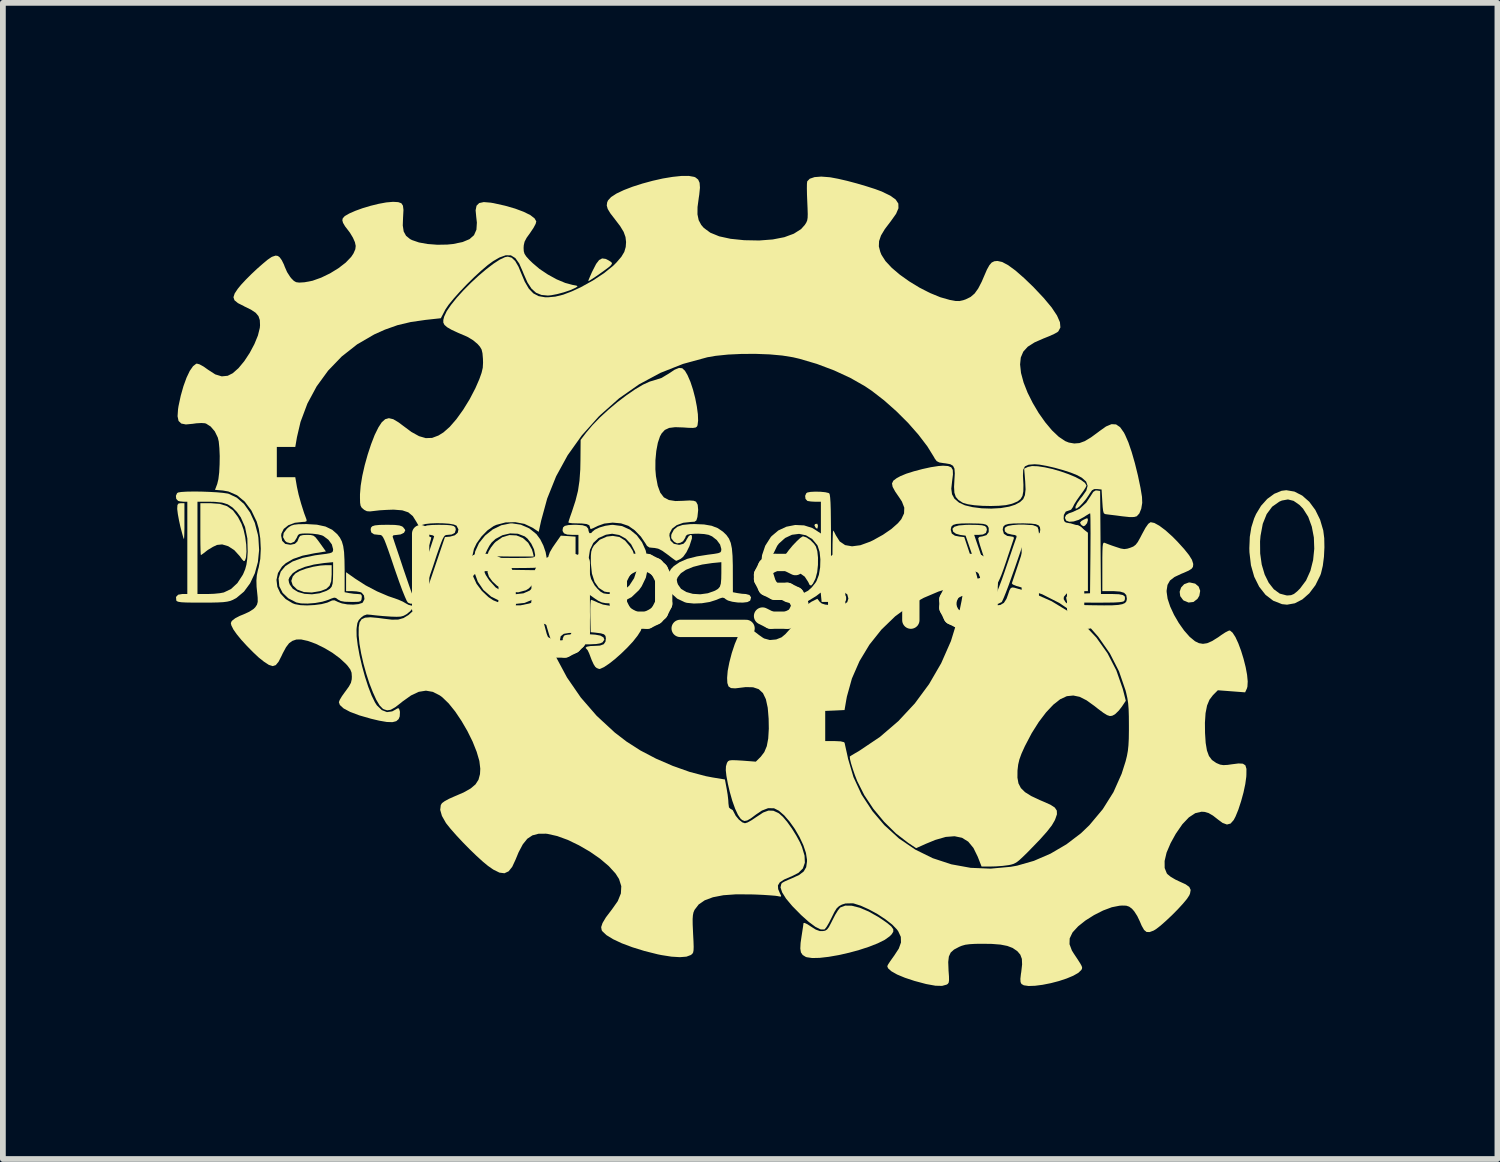
<source format=kicad_pcb>
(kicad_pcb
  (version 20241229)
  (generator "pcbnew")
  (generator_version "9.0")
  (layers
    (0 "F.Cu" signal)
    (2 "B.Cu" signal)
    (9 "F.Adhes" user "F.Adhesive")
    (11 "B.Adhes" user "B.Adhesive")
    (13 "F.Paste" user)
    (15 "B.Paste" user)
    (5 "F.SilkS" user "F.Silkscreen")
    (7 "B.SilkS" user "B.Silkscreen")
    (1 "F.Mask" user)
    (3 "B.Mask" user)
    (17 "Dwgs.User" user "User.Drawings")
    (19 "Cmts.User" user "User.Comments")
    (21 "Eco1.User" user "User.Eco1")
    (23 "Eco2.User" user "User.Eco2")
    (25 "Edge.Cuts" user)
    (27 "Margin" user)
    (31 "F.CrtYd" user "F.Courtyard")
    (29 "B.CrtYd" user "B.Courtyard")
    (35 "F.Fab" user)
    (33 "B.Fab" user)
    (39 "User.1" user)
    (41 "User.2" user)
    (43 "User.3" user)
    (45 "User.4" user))
  (footprint "logo_small"
    (layer "F.Cu")
    (at 9.958 7.025)
    (property "Reference" "logo_small" (at 0 0 0) (layer "F.SilkS") (effects (font (size 1.5 1.5) (thickness 0.3))))
    (attr board_only exclude_from_pos_files exclude_from_bom)
    (fp_poly (pts (xy 1.175 -0.96) (xy 1.172 -0.936) (xy 1.162 -0.906) (xy 1.141 -0.92) (xy 1.131 -0.931) (xy 1.113 -0.969) (xy 1.127 -0.988) (xy 1.163 -0.994)) (stroke (width 0) (type solid)) (fill yes) (layer "F.SilkS"))
    (fp_poly (pts (xy 4.276 0.095) (xy 4.279 0.113) (xy 4.266 0.146) (xy 4.254 0.15) (xy 4.232 0.13) (xy 4.229 0.113) (xy 4.243 0.079) (xy 4.254 0.075)) (stroke (width 0) (type solid)) (fill yes) (layer "F.SilkS"))
    (fp_poly (pts (xy 5.852 -1.085) (xy 5.856 -1.058) (xy 5.856 -1.056) (xy 5.841 -1.003) (xy 5.806 -0.961) (xy 5.779 -0.95) (xy 5.75 -0.967) (xy 5.732 -0.986) (xy 5.72 -1.015) (xy 5.743 -1.041) (xy 5.779 -1.062) (xy 5.83 -1.086)) (stroke (width 0) (type solid)) (fill yes) (layer "F.SilkS"))
    (fp_poly (pts (xy 7.716 0.045) (xy 7.777 0.097) (xy 7.803 0.17) (xy 7.788 0.255) (xy 7.756 0.309) (xy 7.686 0.363) (xy 7.602 0.373) (xy 7.517 0.338) (xy 7.506 0.329) (xy 7.457 0.262) (xy 7.447 0.186) (xy 7.472 0.112) (xy 7.525 0.055) (xy 7.603 0.026) (xy 7.624 0.025)) (stroke (width 0) (type solid)) (fill yes) (layer "F.SilkS"))
    (fp_poly (pts (xy -9.81 -1.038) (xy -9.81 -0.919) (xy -9.812 -0.821) (xy -9.815 -0.754) (xy -9.818 -0.725) (xy -9.818 -0.725) (xy -9.828 -0.748) (xy -9.845 -0.808) (xy -9.868 -0.895) (xy -9.881 -0.945) (xy -9.905 -1.056) (xy -9.924 -1.16) (xy -9.934 -1.239) (xy -9.935 -1.257) (xy -9.931 -1.319) (xy -9.912 -1.345) (xy -9.872 -1.35) (xy -9.81 -1.35)) (stroke (width 0) (type solid)) (fill yes) (layer "F.SilkS"))
    (fp_poly (pts (xy -4.053 -0.791) (xy -3.942 -0.746) (xy -3.85 -0.664) (xy -3.785 -0.548) (xy -3.769 -0.494) (xy -3.753 -0.425) (xy -4.154 -0.425) (xy -4.325 -0.427) (xy -4.449 -0.431) (xy -4.526 -0.439) (xy -4.554 -0.45) (xy -4.554 -0.451) (xy -4.538 -0.508) (xy -4.495 -0.582) (xy -4.437 -0.656) (xy -4.413 -0.68) (xy -4.297 -0.761) (xy -4.174 -0.797)) (stroke (width 0) (type solid)) (fill yes) (layer "F.SilkS"))
    (fp_poly (pts (xy -2.507 -5.586) (xy -2.455 -5.56) (xy -2.406 -5.528) (xy -2.396 -5.503) (xy -2.418 -5.472) (xy -2.451 -5.443) (xy -2.511 -5.398) (xy -2.586 -5.344) (xy -2.664 -5.289) (xy -2.735 -5.242) (xy -2.787 -5.209) (xy -2.807 -5.2) (xy -2.802 -5.221) (xy -2.779 -5.276) (xy -2.744 -5.356) (xy -2.728 -5.388) (xy -2.671 -5.499) (xy -2.619 -5.567) (xy -2.567 -5.594)) (stroke (width 0) (type solid)) (fill yes) (layer "F.SilkS"))
    (fp_poly (pts (xy -7.257 -0.113) (xy -7.265 0.004) (xy -7.294 0.083) (xy -7.35 0.135) (xy -7.442 0.171) (xy -7.449 0.173) (xy -7.602 0.199) (xy -7.739 0.191) (xy -7.851 0.149) (xy -7.86 0.143) (xy -7.932 0.073) (xy -7.957 -0.002) (xy -7.932 -0.079) (xy -7.885 -0.132) (xy -7.811 -0.175) (xy -7.703 -0.215) (xy -7.577 -0.248) (xy -7.45 -0.269) (xy -7.359 -0.275) (xy -7.257 -0.275)) (stroke (width 0) (type solid)) (fill yes) (layer "F.SilkS"))
    (fp_poly (pts (xy -5.637 -0.782) (xy -5.62 -0.78) (xy -5.561 -0.77) (xy -5.531 -0.758) (xy -5.53 -0.755) (xy -5.538 -0.715) (xy -5.558 -0.649) (xy -5.586 -0.57) (xy -5.615 -0.493) (xy -5.641 -0.432) (xy -5.658 -0.401) (xy -5.66 -0.4) (xy -5.672 -0.422) (xy -5.679 -0.48) (xy -5.681 -0.522) (xy -5.684 -0.612) (xy -5.691 -0.694) (xy -5.695 -0.717) (xy -5.702 -0.765) (xy -5.687 -0.783)) (stroke (width 0) (type solid)) (fill yes) (layer "F.SilkS"))
    (fp_poly (pts (xy -4.227 -0.196) (xy -4.135 -0.194) (xy -3.716 -0.188) (xy -3.708 -0.118) (xy -3.72 -0.033) (xy -3.768 0.055) (xy -3.84 0.13) (xy -3.889 0.16) (xy -4.023 0.196) (xy -4.169 0.184) (xy -4.296 0.14) (xy -4.39 0.081) (xy -4.471 0.005) (xy -4.53 -0.076) (xy -4.554 -0.151) (xy -4.554 -0.156) (xy -4.551 -0.173) (xy -4.537 -0.184) (xy -4.504 -0.192) (xy -4.446 -0.196) (xy -4.356 -0.197)) (stroke (width 0) (type solid)) (fill yes) (layer "F.SilkS"))
    (fp_poly (pts (xy 0.976 -0.756) (xy 1.045 -0.709) (xy 1.107 -0.646) (xy 1.139 -0.599) (xy 1.164 -0.518) (xy 1.176 -0.405) (xy 1.175 -0.279) (xy 1.162 -0.156) (xy 1.136 -0.055) (xy 1.128 -0.034) (xy 1.088 0.045) (xy 1.057 0.079) (xy 1.031 0.068) (xy 1.005 0.014) (xy 1.004 0.013) (xy 0.946 -0.076) (xy 0.842 -0.15) (xy 0.722 -0.198) (xy 0.65 -0.23) (xy 0.594 -0.269) (xy 0.59 -0.273) (xy 0.564 -0.31) (xy 0.563 -0.35) (xy 0.583 -0.404) (xy 0.617 -0.464) (xy 0.672 -0.539) (xy 0.738 -0.618) (xy 0.807 -0.69) (xy 0.867 -0.746) (xy 0.911 -0.774) (xy 0.918 -0.775)) (stroke (width 0) (type solid)) (fill yes) (layer "F.SilkS"))
    (fp_poly (pts (xy -9.198 -1.338) (xy -9.071 -1.298) (xy -8.968 -1.224) (xy -8.882 -1.11) (xy -8.82 -0.991) (xy -8.784 -0.888) (xy -8.756 -0.763) (xy -8.739 -0.632) (xy -8.734 -0.509) (xy -8.742 -0.412) (xy -8.751 -0.38) (xy -8.765 -0.349) (xy -8.782 -0.346) (xy -8.809 -0.374) (xy -8.853 -0.434) (xy -8.946 -0.536) (xy -9.051 -0.604) (xy -9.156 -0.635) (xy -9.245 -0.626) (xy -9.319 -0.591) (xy -9.401 -0.541) (xy -9.424 -0.524) (xy -9.48 -0.48) (xy -9.517 -0.454) (xy -9.525 -0.45) (xy -9.528 -0.474) (xy -9.531 -0.539) (xy -9.533 -0.639) (xy -9.534 -0.766) (xy -9.534 -0.9) (xy -9.534 -1.35) (xy -9.358 -1.35)) (stroke (width 0) (type solid)) (fill yes) (layer "F.SilkS"))
    (fp_poly (pts (xy -2.269 -0.764) (xy -2.17 -0.702) (xy -2.083 -0.599) (xy -2.036 -0.524) (xy -2.015 -0.463) (xy -2.021 -0.401) (xy -2.054 -0.326) (xy -2.117 -0.224) (xy -2.117 -0.224) (xy -2.178 -0.124) (xy -2.234 -0.023) (xy -2.273 0.06) (xy -2.279 0.073) (xy -2.309 0.143) (xy -2.339 0.178) (xy -2.384 0.191) (xy -2.406 0.192) (xy -2.475 0.192) (xy -2.527 0.183) (xy -2.527 0.183) (xy -2.625 0.119) (xy -2.698 0.015) (xy -2.744 -0.128) (xy -2.763 -0.306) (xy -2.763 -0.325) (xy -2.763 -0.435) (xy -2.756 -0.509) (xy -2.74 -0.563) (xy -2.713 -0.611) (xy -2.707 -0.619) (xy -2.609 -0.716) (xy -2.485 -0.771) (xy -2.383 -0.783)) (stroke (width 0) (type solid)) (fill yes) (layer "F.SilkS"))
    (fp_poly (pts (xy -3.156 -0.779) (xy -3.028 -0.77) (xy -3.028 0.065) (xy -3.028 0.9) (xy -3.14 0.9) (xy -3.231 0.915) (xy -3.285 0.956) (xy -3.298 1.021) (xy -3.291 1.048) (xy -3.3 1.088) (xy -3.349 1.116) (xy -3.406 1.125) (xy -3.421 1.103) (xy -3.445 1.044) (xy -3.476 0.961) (xy -3.486 0.931) (xy -3.523 0.807) (xy -3.562 0.663) (xy -3.592 0.531) (xy -3.594 0.525) (xy -3.637 0.312) (xy -3.569 0.208) (xy -3.518 0.109) (xy -3.508 0.033) (xy -3.522 -0.017) (xy -3.56 -0.04) (xy -3.597 -0.045) (xy -3.654 -0.057) (xy -3.676 -0.086) (xy -3.679 -0.127) (xy -3.671 -0.18) (xy -3.641 -0.199) (xy -3.621 -0.2) (xy -3.555 -0.216) (xy -3.517 -0.266) (xy -3.504 -0.355) (xy -3.503 -0.366) (xy -3.497 -0.435) (xy -3.473 -0.502) (xy -3.424 -0.585) (xy -3.393 -0.63) (xy -3.283 -0.787)) (stroke (width 0) (type solid)) (fill yes) (layer "F.SilkS"))
    (fp_poly (pts (xy 1.762 5.63) (xy 1.899 5.665) (xy 2.055 5.731) (xy 2.223 5.826) (xy 2.266 5.854) (xy 2.377 5.931) (xy 2.447 5.99) (xy 2.481 6.038) (xy 2.481 6.081) (xy 2.452 6.127) (xy 2.418 6.161) (xy 2.333 6.222) (xy 2.212 6.282) (xy 2.062 6.341) (xy 1.894 6.396) (xy 1.715 6.445) (xy 1.534 6.486) (xy 1.362 6.516) (xy 1.206 6.534) (xy 1.076 6.537) (xy 0.98 6.523) (xy 0.961 6.516) (xy 0.91 6.484) (xy 0.88 6.44) (xy 0.869 6.373) (xy 0.874 6.275) (xy 0.891 6.159) (xy 0.906 6.062) (xy 0.918 5.983) (xy 0.924 5.936) (xy 0.925 5.931) (xy 0.943 5.928) (xy 0.992 5.951) (xy 1.05 5.989) (xy 1.137 6.044) (xy 1.206 6.069) (xy 1.257 6.07) (xy 1.299 6.063) (xy 1.333 6.042) (xy 1.365 6) (xy 1.404 5.926) (xy 1.428 5.878) (xy 1.475 5.787) (xy 1.521 5.712) (xy 1.558 5.665) (xy 1.564 5.66) (xy 1.648 5.628)) (stroke (width 0) (type solid)) (fill yes) (layer "F.SilkS"))
    (fp_poly (pts (xy -2.726 0.336) (xy -2.666 0.362) (xy -2.64 0.375) (xy -2.553 0.408) (xy -2.461 0.424) (xy -2.444 0.425) (xy -2.366 0.435) (xy -2.311 0.472) (xy -2.295 0.491) (xy -2.247 0.533) (xy -2.169 0.584) (xy -2.075 0.633) (xy -2.06 0.64) (xy -1.955 0.694) (xy -1.895 0.742) (xy -1.876 0.795) (xy -1.897 0.861) (xy -1.954 0.95) (xy -1.956 0.952) (xy -2.034 1.051) (xy -2.131 1.155) (xy -2.236 1.257) (xy -2.344 1.353) (xy -2.446 1.433) (xy -2.534 1.492) (xy -2.6 1.522) (xy -2.618 1.525) (xy -2.66 1.509) (xy -2.686 1.488) (xy -2.715 1.443) (xy -2.748 1.371) (xy -2.765 1.326) (xy -2.793 1.252) (xy -2.818 1.2) (xy -2.83 1.186) (xy -2.855 1.159) (xy -2.833 1.139) (xy -2.768 1.127) (xy -2.708 1.125) (xy -2.604 1.119) (xy -2.54 1.096) (xy -2.509 1.051) (xy -2.502 0.995) (xy -2.509 0.952) (xy -2.534 0.924) (xy -2.589 0.907) (xy -2.683 0.895) (xy -2.69 0.894) (xy -2.765 0.887) (xy -2.772 0.606) (xy -2.773 0.494) (xy -2.771 0.404) (xy -2.766 0.344) (xy -2.759 0.325)) (stroke (width 0) (type solid)) (fill yes) (layer "F.SilkS"))
    (fp_poly (pts (xy 6.068 -1.562) (xy 6.075 -0.669) (xy 6.082 0.225) (xy 6.279 0.225) (xy 6.393 0.229) (xy 6.464 0.243) (xy 6.497 0.27) (xy 6.498 0.314) (xy 6.49 0.338) (xy 6.478 0.351) (xy 6.45 0.36) (xy 6.399 0.367) (xy 6.318 0.372) (xy 6.202 0.374) (xy 6.044 0.375) (xy 5.99 0.375) (xy 5.819 0.374) (xy 5.691 0.373) (xy 5.601 0.369) (xy 5.542 0.363) (xy 5.508 0.354) (xy 5.492 0.342) (xy 5.489 0.338) (xy 5.479 0.287) (xy 5.499 0.254) (xy 5.554 0.233) (xy 5.651 0.222) (xy 5.698 0.22) (xy 5.893 0.212) (xy 5.9 -0.481) (xy 5.901 -0.662) (xy 5.902 -0.825) (xy 5.901 -0.964) (xy 5.9 -1.073) (xy 5.898 -1.145) (xy 5.895 -1.175) (xy 5.895 -1.175) (xy 5.869 -1.162) (xy 5.817 -1.13) (xy 5.792 -1.113) (xy 5.697 -1.061) (xy 5.608 -1.033) (xy 5.532 -1.028) (xy 5.479 -1.048) (xy 5.459 -1.092) (xy 5.46 -1.105) (xy 5.478 -1.145) (xy 5.528 -1.175) (xy 5.585 -1.194) (xy 5.714 -1.255) (xy 5.827 -1.359) (xy 5.909 -1.483) (xy 5.949 -1.546) (xy 5.989 -1.57) (xy 6.013 -1.57)) (stroke (width 0) (type solid)) (fill yes) (layer "F.SilkS"))
    (fp_poly (pts (xy 9.437 -1.551) (xy 9.572 -1.482) (xy 9.694 -1.375) (xy 9.799 -1.233) (xy 9.882 -1.064) (xy 9.937 -0.877) (xy 9.954 -0.743) (xy 9.957 -0.585) (xy 9.949 -0.42) (xy 9.929 -0.264) (xy 9.898 -0.134) (xy 9.886 -0.1) (xy 9.801 0.072) (xy 9.695 0.213) (xy 9.574 0.319) (xy 9.444 0.386) (xy 9.309 0.41) (xy 9.222 0.401) (xy 9.069 0.341) (xy 8.936 0.239) (xy 8.826 0.099) (xy 8.74 -0.074) (xy 8.683 -0.274) (xy 8.657 -0.498) (xy 8.655 -0.569) (xy 8.66 -0.688) (xy 8.841 -0.688) (xy 8.843 -0.478) (xy 8.87 -0.285) (xy 8.921 -0.113) (xy 8.992 0.031) (xy 9.08 0.143) (xy 9.183 0.218) (xy 9.299 0.249) (xy 9.32 0.25) (xy 9.379 0.245) (xy 9.429 0.224) (xy 9.485 0.179) (xy 9.535 0.129) (xy 9.639 -0.01) (xy 9.714 -0.177) (xy 9.761 -0.363) (xy 9.781 -0.56) (xy 9.774 -0.756) (xy 9.738 -0.944) (xy 9.676 -1.114) (xy 9.586 -1.256) (xy 9.525 -1.319) (xy 9.423 -1.39) (xy 9.325 -1.415) (xy 9.22 -1.396) (xy 9.174 -1.376) (xy 9.051 -1.289) (xy 8.956 -1.161) (xy 8.888 -0.992) (xy 8.849 -0.783) (xy 8.841 -0.688) (xy 8.66 -0.688) (xy 8.663 -0.766) (xy 8.69 -0.932) (xy 8.738 -1.085) (xy 8.772 -1.162) (xy 8.858 -1.304) (xy 8.966 -1.424) (xy 9.088 -1.513) (xy 9.215 -1.565) (xy 9.296 -1.575)) (stroke (width 0) (type solid)) (fill yes) (layer "F.SilkS"))
    (fp_poly (pts (xy -9.522 -1.551) (xy -9.384 -1.546) (xy -9.253 -1.539) (xy -9.142 -1.529) (xy -9.061 -1.517) (xy -9.041 -1.512) (xy -8.901 -1.445) (xy -8.776 -1.335) (xy -8.672 -1.188) (xy -8.59 -1.009) (xy -8.536 -0.803) (xy -8.528 -0.754) (xy -8.515 -0.539) (xy -8.536 -0.33) (xy -8.589 -0.135) (xy -8.671 0.039) (xy -8.778 0.184) (xy -8.908 0.293) (xy -8.971 0.327) (xy -9.016 0.345) (xy -9.068 0.357) (xy -9.136 0.366) (xy -9.229 0.371) (xy -9.356 0.374) (xy -9.504 0.374) (xy -9.664 0.374) (xy -9.782 0.372) (xy -9.862 0.368) (xy -9.913 0.36) (xy -9.94 0.35) (xy -9.951 0.338) (xy -9.956 0.276) (xy -9.919 0.237) (xy -9.848 0.225) (xy -9.76 0.225) (xy -9.76 -0.575) (xy -9.584 -0.575) (xy -9.584 0.225) (xy -9.403 0.225) (xy -9.297 0.221) (xy -9.196 0.211) (xy -9.127 0.198) (xy -9.003 0.139) (xy -8.892 0.036) (xy -8.8 -0.105) (xy -8.792 -0.12) (xy -8.757 -0.203) (xy -8.735 -0.284) (xy -8.721 -0.382) (xy -8.713 -0.505) (xy -8.719 -0.738) (xy -8.759 -0.937) (xy -8.833 -1.104) (xy -8.9 -1.198) (xy -8.978 -1.277) (xy -9.06 -1.33) (xy -9.157 -1.36) (xy -9.283 -1.373) (xy -9.371 -1.375) (xy -9.584 -1.375) (xy -9.584 -0.575) (xy -9.76 -0.575) (xy -9.76 -1.375) (xy -9.82 -1.375) (xy -9.885 -1.381) (xy -9.92 -1.39) (xy -9.952 -1.425) (xy -9.958 -1.477) (xy -9.938 -1.523) (xy -9.92 -1.535) (xy -9.867 -1.544) (xy -9.775 -1.55) (xy -9.656 -1.552)) (stroke (width 0) (type solid)) (fill yes) (layer "F.SilkS"))
    (fp_poly (pts (xy 4.856 -0.971) (xy 4.936 -0.957) (xy 4.981 -0.937) (xy 4.982 -0.935) (xy 5 -0.885) (xy 4.975 -0.841) (xy 4.914 -0.811) (xy 4.873 -0.805) (xy 4.785 -0.797) (xy 4.591 -0.234) (xy 4.534 -0.074) (xy 4.482 0.072) (xy 4.435 0.196) (xy 4.397 0.29) (xy 4.37 0.349) (xy 4.361 0.365) (xy 4.298 0.396) (xy 4.22 0.392) (xy 4.167 0.366) (xy 4.142 0.33) (xy 4.105 0.249) (xy 4.056 0.128) (xy 3.997 -0.03) (xy 3.929 -0.223) (xy 3.927 -0.228) (xy 3.735 -0.787) (xy 3.64 -0.8) (xy 3.568 -0.82) (xy 3.521 -0.854) (xy 3.519 -0.858) (xy 3.507 -0.906) (xy 3.54 -0.941) (xy 3.618 -0.964) (xy 3.744 -0.974) (xy 3.806 -0.975) (xy 3.934 -0.973) (xy 4.019 -0.967) (xy 4.071 -0.953) (xy 4.096 -0.929) (xy 4.104 -0.893) (xy 4.104 -0.887) (xy 4.088 -0.835) (xy 4.036 -0.807) (xy 3.954 -0.8) (xy 3.884 -0.8) (xy 4.057 -0.294) (xy 4.109 -0.142) (xy 4.156 -0.005) (xy 4.196 0.11) (xy 4.226 0.196) (xy 4.243 0.244) (xy 4.245 0.25) (xy 4.257 0.239) (xy 4.282 0.186) (xy 4.317 0.099) (xy 4.361 -0.017) (xy 4.41 -0.156) (xy 4.429 -0.212) (xy 4.481 -0.364) (xy 4.528 -0.501) (xy 4.567 -0.616) (xy 4.597 -0.701) (xy 4.614 -0.749) (xy 4.616 -0.755) (xy 4.619 -0.783) (xy 4.589 -0.798) (xy 4.54 -0.805) (xy 4.461 -0.824) (xy 4.416 -0.861) (xy 4.412 -0.909) (xy 4.428 -0.935) (xy 4.47 -0.956) (xy 4.549 -0.97) (xy 4.648 -0.978) (xy 4.756 -0.978)) (stroke (width 0) (type solid)) (fill yes) (layer "F.SilkS"))
    (fp_poly (pts (xy -3.977 -0.977) (xy -3.831 -0.913) (xy -3.71 -0.816) (xy -3.708 -0.815) (xy -3.64 -0.723) (xy -3.586 -0.615) (xy -3.547 -0.502) (xy -3.528 -0.396) (xy -3.532 -0.309) (xy -3.559 -0.255) (xy -3.588 -0.244) (xy -3.654 -0.235) (xy -3.758 -0.229) (xy -3.906 -0.226) (xy -4.097 -0.225) (xy -4.28 -0.225) (xy -4.418 -0.223) (xy -4.515 -0.216) (xy -4.575 -0.203) (xy -4.604 -0.182) (xy -4.605 -0.149) (xy -4.584 -0.103) (xy -4.544 -0.041) (xy -4.523 -0.01) (xy -4.413 0.112) (xy -4.278 0.192) (xy -4.119 0.227) (xy -4.072 0.229) (xy -3.931 0.213) (xy -3.823 0.165) (xy -3.741 0.081) (xy -3.728 0.062) (xy -3.684 0.003) (xy -3.641 -0.02) (xy -3.607 -0.02) (xy -3.549 0.002) (xy -3.532 0.049) (xy -3.558 0.117) (xy -3.624 0.205) (xy -3.63 0.211) (xy -3.759 0.316) (xy -3.911 0.379) (xy -4.08 0.398) (xy -4.261 0.372) (xy -4.324 0.353) (xy -4.491 0.271) (xy -4.625 0.155) (xy -4.723 0.011) (xy -4.782 -0.152) (xy -4.798 -0.33) (xy -4.783 -0.422) (xy -4.605 -0.422) (xy -4.581 -0.415) (xy -4.515 -0.409) (xy -4.415 -0.404) (xy -4.29 -0.401) (xy -4.167 -0.4) (xy -4.009 -0.4) (xy -3.895 -0.401) (xy -3.817 -0.404) (xy -3.768 -0.409) (xy -3.742 -0.419) (xy -3.731 -0.432) (xy -3.729 -0.451) (xy -3.729 -0.456) (xy -3.748 -0.549) (xy -3.796 -0.649) (xy -3.861 -0.735) (xy -3.909 -0.774) (xy -4.028 -0.82) (xy -4.162 -0.826) (xy -4.295 -0.795) (xy -4.416 -0.73) (xy -4.484 -0.667) (xy -4.523 -0.611) (xy -4.562 -0.538) (xy -4.593 -0.468) (xy -4.605 -0.422) (xy -4.783 -0.422) (xy -4.769 -0.511) (xy -4.702 -0.658) (xy -4.597 -0.788) (xy -4.465 -0.894) (xy -4.316 -0.967) (xy -4.16 -0.999) (xy -4.129 -1)) (stroke (width 0) (type solid)) (fill yes) (layer "F.SilkS"))
    (fp_poly (pts (xy 1.22 -1.548) (xy 1.302 -1.54) (xy 1.358 -1.527) (xy 1.371 -1.52) (xy 1.38 -1.497) (xy 1.387 -1.444) (xy 1.393 -1.358) (xy 1.397 -1.236) (xy 1.399 -1.074) (xy 1.401 -0.869) (xy 1.401 -0.634) (xy 1.401 0.222) (xy 1.533 0.23) (xy 1.609 0.236) (xy 1.649 0.249) (xy 1.663 0.274) (xy 1.664 0.3) (xy 1.662 0.33) (xy 1.65 0.349) (xy 1.617 0.358) (xy 1.554 0.362) (xy 1.451 0.362) (xy 1.239 0.362) (xy 1.231 0.281) (xy 1.223 0.2) (xy 1.142 0.262) (xy 0.994 0.352) (xy 0.848 0.393) (xy 0.699 0.386) (xy 0.616 0.363) (xy 0.468 0.286) (xy 0.349 0.175) (xy 0.262 0.038) (xy 0.208 -0.117) (xy 0.189 -0.282) (xy 0.193 -0.327) (xy 0.378 -0.327) (xy 0.389 -0.17) (xy 0.436 -0.021) (xy 0.482 0.059) (xy 0.575 0.152) (xy 0.689 0.208) (xy 0.813 0.226) (xy 0.936 0.203) (xy 1.004 0.168) (xy 1.068 0.11) (xy 1.131 0.032) (xy 1.151 -0.001) (xy 1.191 -0.106) (xy 1.213 -0.237) (xy 1.217 -0.375) (xy 1.204 -0.505) (xy 1.171 -0.608) (xy 1.164 -0.622) (xy 1.076 -0.728) (xy 0.968 -0.793) (xy 0.848 -0.818) (xy 0.724 -0.802) (xy 0.605 -0.746) (xy 0.498 -0.65) (xy 0.468 -0.61) (xy 0.404 -0.478) (xy 0.378 -0.327) (xy 0.193 -0.327) (xy 0.206 -0.449) (xy 0.261 -0.612) (xy 0.356 -0.761) (xy 0.372 -0.779) (xy 0.488 -0.877) (xy 0.628 -0.942) (xy 0.781 -0.972) (xy 0.935 -0.965) (xy 1.076 -0.92) (xy 1.123 -0.892) (xy 1.226 -0.824) (xy 1.226 -1.1) (xy 1.226 -1.375) (xy 1.128 -1.375) (xy 1.054 -1.379) (xy 0.997 -1.388) (xy 0.991 -1.39) (xy 0.959 -1.425) (xy 0.953 -1.477) (xy 0.973 -1.523) (xy 0.991 -1.535) (xy 1.048 -1.546) (xy 1.13 -1.55)) (stroke (width 0) (type solid)) (fill yes) (layer "F.SilkS"))
    (fp_poly (pts (xy -2.908 -0.968) (xy -2.84 -0.946) (xy -2.808 -0.906) (xy -2.803 -0.87) (xy -2.788 -0.83) (xy -2.757 -0.832) (xy -2.739 -0.853) (xy -2.692 -0.892) (xy -2.611 -0.929) (xy -2.512 -0.958) (xy -2.411 -0.973) (xy -2.379 -0.974) (xy -2.222 -0.953) (xy -2.084 -0.89) (xy -1.968 -0.795) (xy -1.876 -0.673) (xy -1.812 -0.531) (xy -1.777 -0.377) (xy -1.775 -0.217) (xy -1.809 -0.059) (xy -1.881 0.091) (xy -1.929 0.158) (xy -2.058 0.28) (xy -2.204 0.356) (xy -2.37 0.387) (xy -2.407 0.388) (xy -2.504 0.384) (xy -2.573 0.371) (xy -2.635 0.342) (xy -2.688 0.307) (xy -2.803 0.226) (xy -2.803 0.574) (xy -2.803 0.922) (xy -2.686 0.93) (xy -2.598 0.946) (xy -2.544 0.977) (xy -2.529 1.016) (xy -2.558 1.06) (xy -2.564 1.064) (xy -2.602 1.081) (xy -2.668 1.092) (xy -2.769 1.097) (xy -2.901 1.098) (xy -3.019 1.096) (xy -3.119 1.093) (xy -3.191 1.088) (xy -3.222 1.083) (xy -3.248 1.05) (xy -3.251 0.999) (xy -3.231 0.953) (xy -3.214 0.94) (xy -3.163 0.93) (xy -3.091 0.925) (xy -3.076 0.925) (xy -2.978 0.925) (xy -2.978 0.062) (xy -2.978 -0.337) (xy -2.803 -0.337) (xy -2.792 -0.168) (xy -2.758 -0.035) (xy -2.697 0.076) (xy -2.651 0.13) (xy -2.593 0.186) (xy -2.542 0.214) (xy -2.477 0.224) (xy -2.425 0.225) (xy -2.291 0.209) (xy -2.211 0.177) (xy -2.097 0.08) (xy -2.013 -0.049) (xy -1.965 -0.197) (xy -1.96 -0.35) (xy -1.96 -0.352) (xy -1.997 -0.508) (xy -2.065 -0.638) (xy -2.158 -0.736) (xy -2.27 -0.798) (xy -2.394 -0.82) (xy -2.501 -0.803) (xy -2.63 -0.746) (xy -2.721 -0.66) (xy -2.778 -0.541) (xy -2.802 -0.387) (xy -2.803 -0.337) (xy -2.978 -0.337) (xy -2.978 -0.8) (xy -3.076 -0.8) (xy -3.173 -0.806) (xy -3.229 -0.827) (xy -3.252 -0.867) (xy -3.253 -0.888) (xy -3.245 -0.929) (xy -3.215 -0.956) (xy -3.155 -0.97) (xy -3.056 -0.975) (xy -3.018 -0.975)) (stroke (width 0) (type solid)) (fill yes) (layer "F.SilkS"))
    (fp_poly (pts (xy -6.163 -0.973) (xy -6.084 -0.964) (xy -6.037 -0.948) (xy -6.02 -0.936) (xy -5.989 -0.897) (xy -5.981 -0.878) (xy -6.003 -0.837) (xy -6.062 -0.808) (xy -6.126 -0.8) (xy -6.187 -0.793) (xy -6.201 -0.77) (xy -6.2 -0.769) (xy -6.189 -0.737) (xy -6.165 -0.664) (xy -6.13 -0.56) (xy -6.086 -0.43) (xy -6.037 -0.282) (xy -6.02 -0.23) (xy -5.969 -0.081) (xy -5.924 0.05) (xy -5.887 0.156) (xy -5.859 0.231) (xy -5.844 0.267) (xy -5.842 0.269) (xy -5.831 0.244) (xy -5.807 0.179) (xy -5.773 0.084) (xy -5.732 -0.034) (xy -5.686 -0.165) (xy -5.638 -0.302) (xy -5.593 -0.436) (xy -5.551 -0.558) (xy -5.517 -0.661) (xy -5.492 -0.736) (xy -5.481 -0.774) (xy -5.48 -0.777) (xy -5.503 -0.792) (xy -5.557 -0.803) (xy -5.574 -0.805) (xy -5.639 -0.816) (xy -5.668 -0.842) (xy -5.677 -0.872) (xy -5.676 -0.916) (xy -5.654 -0.946) (xy -5.603 -0.964) (xy -5.517 -0.972) (xy -5.401 -0.975) (xy -5.274 -0.973) (xy -5.189 -0.966) (xy -5.138 -0.952) (xy -5.112 -0.928) (xy -5.105 -0.892) (xy -5.105 -0.888) (xy -5.122 -0.835) (xy -5.175 -0.807) (xy -5.251 -0.8) (xy -5.273 -0.798) (xy -5.292 -0.79) (xy -5.311 -0.768) (xy -5.333 -0.728) (xy -5.359 -0.664) (xy -5.393 -0.571) (xy -5.438 -0.442) (xy -5.494 -0.271) (xy -5.502 -0.247) (xy -5.557 -0.087) (xy -5.609 0.059) (xy -5.656 0.183) (xy -5.695 0.279) (xy -5.724 0.338) (xy -5.733 0.353) (xy -5.806 0.393) (xy -5.891 0.393) (xy -5.934 0.375) (xy -5.955 0.344) (xy -5.988 0.27) (xy -6.033 0.159) (xy -6.086 0.015) (xy -6.146 -0.156) (xy -6.17 -0.225) (xy -6.23 -0.404) (xy -6.278 -0.542) (xy -6.315 -0.643) (xy -6.343 -0.714) (xy -6.366 -0.759) (xy -6.385 -0.785) (xy -6.404 -0.797) (xy -6.424 -0.8) (xy -6.433 -0.8) (xy -6.522 -0.81) (xy -6.569 -0.841) (xy -6.581 -0.887) (xy -6.576 -0.925) (xy -6.553 -0.95) (xy -6.506 -0.965) (xy -6.426 -0.973) (xy -6.305 -0.975) (xy -6.281 -0.975)) (stroke (width 0) (type solid)) (fill yes) (layer "F.SilkS"))
    (fp_poly (pts (xy -0.8 -0.981) (xy -0.668 -0.958) (xy -0.562 -0.917) (xy -0.471 -0.855) (xy -0.412 -0.798) (xy -0.368 -0.736) (xy -0.337 -0.661) (xy -0.317 -0.564) (xy -0.306 -0.436) (xy -0.301 -0.27) (xy -0.301 -0.197) (xy -0.3 0.194) (xy -0.222 0.209) (xy -0.141 0.221) (xy -0.075 0.225) (xy -0.013 0.242) (xy 0.015 0.282) (xy 0.002 0.334) (xy -0.005 0.343) (xy -0.049 0.365) (xy -0.126 0.374) (xy -0.218 0.372) (xy -0.31 0.359) (xy -0.385 0.338) (xy -0.42 0.318) (xy -0.451 0.294) (xy -0.483 0.288) (xy -0.532 0.303) (xy -0.585 0.326) (xy -0.701 0.363) (xy -0.838 0.385) (xy -0.977 0.39) (xy -1.098 0.378) (xy -1.133 0.368) (xy -1.264 0.306) (xy -1.362 0.219) (xy -1.424 0.117) (xy -1.448 0.006) (xy -1.444 -0.023) (xy -1.273 -0.023) (xy -1.265 0.024) (xy -1.252 0.06) (xy -1.199 0.135) (xy -1.109 0.19) (xy -0.995 0.222) (xy -0.866 0.23) (xy -0.734 0.212) (xy -0.609 0.167) (xy -0.606 0.165) (xy -0.557 0.135) (xy -0.526 0.099) (xy -0.509 0.045) (xy -0.502 -0.038) (xy -0.5 -0.141) (xy -0.5 -0.327) (xy -0.657 -0.312) (xy -0.833 -0.286) (xy -0.988 -0.246) (xy -1.113 -0.195) (xy -1.199 -0.137) (xy -1.212 -0.123) (xy -1.257 -0.065) (xy -1.273 -0.023) (xy -1.444 -0.023) (xy -1.432 -0.105) (xy -1.373 -0.209) (xy -1.325 -0.258) (xy -1.221 -0.329) (xy -1.09 -0.385) (xy -0.924 -0.427) (xy -0.732 -0.457) (xy -0.624 -0.471) (xy -0.556 -0.483) (xy -0.519 -0.497) (xy -0.504 -0.517) (xy -0.501 -0.546) (xy -0.5 -0.554) (xy -0.522 -0.633) (xy -0.58 -0.711) (xy -0.66 -0.774) (xy -0.721 -0.801) (xy -0.799 -0.815) (xy -0.899 -0.821) (xy -0.962 -0.82) (xy -1.047 -0.814) (xy -1.094 -0.802) (xy -1.116 -0.78) (xy -1.126 -0.75) (xy -1.164 -0.69) (xy -1.209 -0.664) (xy -1.267 -0.653) (xy -1.313 -0.677) (xy -1.332 -0.694) (xy -1.369 -0.744) (xy -1.369 -0.794) (xy -1.363 -0.816) (xy -1.323 -0.891) (xy -1.262 -0.942) (xy -1.171 -0.973) (xy -1.043 -0.986) (xy -0.968 -0.988)) (stroke (width 0) (type solid)) (fill yes) (layer "F.SilkS"))
    (fp_poly (pts (xy -7.512 -0.977) (xy -7.364 -0.945) (xy -7.248 -0.889) (xy -7.16 -0.812) (xy -7.114 -0.752) (xy -7.08 -0.686) (xy -7.057 -0.606) (xy -7.042 -0.503) (xy -7.035 -0.367) (xy -7.032 -0.192) (xy -7.032 -0.172) (xy -7.032 0.194) (xy -6.954 0.209) (xy -6.87 0.221) (xy -6.802 0.225) (xy -6.75 0.231) (xy -6.734 0.258) (xy -6.736 0.294) (xy -6.742 0.329) (xy -6.758 0.35) (xy -6.795 0.36) (xy -6.865 0.362) (xy -6.923 0.362) (xy -7.03 0.359) (xy -7.101 0.346) (xy -7.146 0.322) (xy -7.151 0.318) (xy -7.182 0.294) (xy -7.214 0.288) (xy -7.261 0.303) (xy -7.318 0.327) (xy -7.42 0.359) (xy -7.544 0.381) (xy -7.674 0.391) (xy -7.79 0.388) (xy -7.87 0.371) (xy -8.008 0.3) (xy -8.107 0.205) (xy -8.165 0.09) (xy -8.175 -0.023) (xy -8.005 -0.023) (xy -7.997 0.024) (xy -7.984 0.06) (xy -7.93 0.135) (xy -7.841 0.19) (xy -7.726 0.222) (xy -7.598 0.23) (xy -7.465 0.212) (xy -7.34 0.167) (xy -7.338 0.165) (xy -7.289 0.135) (xy -7.258 0.099) (xy -7.241 0.045) (xy -7.234 -0.038) (xy -7.232 -0.141) (xy -7.232 -0.327) (xy -7.389 -0.312) (xy -7.565 -0.286) (xy -7.72 -0.246) (xy -7.845 -0.195) (xy -7.93 -0.137) (xy -7.943 -0.123) (xy -7.988 -0.065) (xy -8.005 -0.023) (xy -8.175 -0.023) (xy -8.177 -0.039) (xy -8.176 -0.048) (xy -8.14 -0.163) (xy -8.059 -0.26) (xy -7.934 -0.339) (xy -7.763 -0.401) (xy -7.545 -0.446) (xy -7.464 -0.457) (xy -7.355 -0.471) (xy -7.288 -0.483) (xy -7.251 -0.497) (xy -7.235 -0.517) (xy -7.232 -0.546) (xy -7.232 -0.552) (xy -7.254 -0.635) (xy -7.313 -0.715) (xy -7.397 -0.778) (xy -7.423 -0.791) (xy -7.493 -0.809) (xy -7.589 -0.821) (xy -7.671 -0.825) (xy -7.759 -0.824) (xy -7.811 -0.817) (xy -7.839 -0.799) (xy -7.856 -0.765) (xy -7.862 -0.75) (xy -7.905 -0.682) (xy -7.967 -0.655) (xy -8.035 -0.672) (xy -8.065 -0.696) (xy -8.1 -0.761) (xy -8.089 -0.833) (xy -8.033 -0.907) (xy -8 -0.935) (xy -7.957 -0.961) (xy -7.907 -0.977) (xy -7.835 -0.985) (xy -7.728 -0.987) (xy -7.699 -0.988)) (stroke (width 0) (type solid)) (fill yes) (layer "F.SilkS"))
    (fp_poly (pts (xy -1.178 -3.69) (xy -1.131 -3.646) (xy -1.087 -3.571) (xy -1.036 -3.454) (xy -0.991 -3.317) (xy -0.953 -3.171) (xy -0.925 -3.026) (xy -0.907 -2.893) (xy -0.903 -2.781) (xy -0.913 -2.701) (xy -0.923 -2.679) (xy -0.945 -2.662) (xy -0.992 -2.655) (xy -1.072 -2.657) (xy -1.157 -2.663) (xy -1.3 -2.668) (xy -1.405 -2.655) (xy -1.48 -2.62) (xy -1.536 -2.559) (xy -1.564 -2.508) (xy -1.601 -2.398) (xy -1.628 -2.256) (xy -1.643 -2.096) (xy -1.644 -1.936) (xy -1.634 -1.817) (xy -1.603 -1.652) (xy -1.559 -1.532) (xy -1.497 -1.451) (xy -1.411 -1.405) (xy -1.296 -1.387) (xy -1.167 -1.391) (xy -1.053 -1.397) (xy -0.98 -1.392) (xy -0.939 -1.376) (xy -0.91 -1.322) (xy -0.902 -1.232) (xy -0.914 -1.117) (xy -0.917 -1.103) (xy -0.933 -1.051) (xy -0.964 -1.029) (xy -1.023 -1.025) (xy -1.161 -1.01) (xy -1.274 -0.969) (xy -1.355 -0.907) (xy -1.397 -0.826) (xy -1.401 -0.787) (xy -1.381 -0.701) (xy -1.324 -0.646) (xy -1.238 -0.628) (xy -1.222 -0.629) (xy -1.157 -0.646) (xy -1.116 -0.691) (xy -1.103 -0.719) (xy -1.068 -0.776) (xy -1.034 -0.801) (xy -1.011 -0.79) (xy -1.01 -0.743) (xy -1.013 -0.731) (xy -1.053 -0.606) (xy -1.106 -0.498) (xy -1.163 -0.419) (xy -1.204 -0.386) (xy -1.255 -0.361) (xy -1.283 -0.35) (xy -1.283 -0.35) (xy -1.306 -0.364) (xy -1.358 -0.402) (xy -1.427 -0.455) (xy -1.438 -0.463) (xy -1.526 -0.526) (xy -1.595 -0.561) (xy -1.659 -0.574) (xy -1.679 -0.575) (xy -1.748 -0.582) (xy -1.789 -0.609) (xy -1.814 -0.65) (xy -1.896 -0.771) (xy -2.003 -0.881) (xy -2.112 -0.957) (xy -2.239 -1) (xy -2.385 -1.013) (xy -2.531 -0.996) (xy -2.645 -0.955) (xy -2.719 -0.918) (xy -2.758 -0.903) (xy -2.775 -0.91) (xy -2.778 -0.935) (xy -2.791 -0.968) (xy -2.836 -0.988) (xy -2.918 -0.998) (xy -3.005 -1) (xy -3.084 -1.002) (xy -3.137 -1.009) (xy -3.153 -1.016) (xy -3.145 -1.045) (xy -3.124 -1.109) (xy -3.094 -1.194) (xy -3.089 -1.209) (xy -3.029 -1.393) (xy -2.986 -1.564) (xy -2.96 -1.739) (xy -2.946 -1.936) (xy -2.943 -2.092) (xy -2.94 -2.447) (xy -2.843 -2.574) (xy -2.735 -2.702) (xy -2.604 -2.837) (xy -2.457 -2.972) (xy -2.302 -3.102) (xy -2.145 -3.221) (xy -1.994 -3.325) (xy -1.857 -3.406) (xy -1.74 -3.459) (xy -1.675 -3.478) (xy -1.539 -3.521) (xy -1.41 -3.598) (xy -1.309 -3.665) (xy -1.235 -3.695)) (stroke (width 0) (type solid)) (fill yes) (layer "F.SilkS"))
    (fp_poly (pts (xy 4.028 0.186) (xy 4.074 0.308) (xy 4.131 0.385) (xy 4.203 0.421) (xy 4.245 0.425) (xy 4.336 0.415) (xy 4.399 0.379) (xy 4.444 0.309) (xy 4.47 0.238) (xy 4.496 0.161) (xy 4.519 0.122) (xy 4.546 0.111) (xy 4.578 0.115) (xy 4.912 0.211) (xy 5.225 0.349) (xy 5.514 0.525) (xy 5.774 0.737) (xy 6.003 0.981) (xy 6.196 1.253) (xy 6.349 1.55) (xy 6.46 1.869) (xy 6.47 1.907) (xy 6.513 2.076) (xy 6.447 2.175) (xy 6.393 2.245) (xy 6.335 2.302) (xy 6.318 2.315) (xy 6.277 2.336) (xy 6.237 2.341) (xy 6.189 2.325) (xy 6.124 2.285) (xy 6.034 2.218) (xy 5.971 2.168) (xy 5.832 2.068) (xy 5.713 2.008) (xy 5.603 1.985) (xy 5.496 1.996) (xy 5.487 1.998) (xy 5.375 2.05) (xy 5.255 2.145) (xy 5.13 2.278) (xy 5.004 2.444) (xy 4.882 2.637) (xy 4.768 2.854) (xy 4.761 2.868) (xy 4.704 2.994) (xy 4.668 3.093) (xy 4.647 3.182) (xy 4.636 3.277) (xy 4.635 3.288) (xy 4.634 3.41) (xy 4.652 3.509) (xy 4.694 3.59) (xy 4.766 3.661) (xy 4.873 3.728) (xy 5.022 3.798) (xy 5.088 3.826) (xy 5.207 3.879) (xy 5.282 3.928) (xy 5.317 3.981) (xy 5.319 4.045) (xy 5.29 4.129) (xy 5.278 4.156) (xy 5.229 4.239) (xy 5.146 4.345) (xy 5.027 4.479) (xy 4.917 4.593) (xy 4.807 4.706) (xy 4.724 4.787) (xy 4.662 4.844) (xy 4.613 4.881) (xy 4.57 4.903) (xy 4.525 4.917) (xy 4.482 4.926) (xy 4.381 4.939) (xy 4.261 4.948) (xy 4.18 4.95) (xy 4.012 4.95) (xy 3.945 4.779) (xy 3.871 4.628) (xy 3.781 4.519) (xy 3.673 4.452) (xy 3.544 4.425) (xy 3.391 4.437) (xy 3.21 4.489) (xy 3.047 4.556) (xy 2.878 4.632) (xy 2.74 4.54) (xy 2.528 4.377) (xy 2.324 4.176) (xy 2.137 3.951) (xy 1.979 3.713) (xy 1.859 3.475) (xy 1.858 3.474) (xy 1.816 3.366) (xy 1.779 3.259) (xy 1.749 3.162) (xy 1.731 3.088) (xy 1.727 3.046) (xy 1.73 3.041) (xy 1.754 3.025) (xy 1.811 2.991) (xy 1.888 2.946) (xy 1.902 2.937) (xy 2.251 2.702) (xy 2.569 2.429) (xy 2.854 2.123) (xy 3.102 1.787) (xy 3.312 1.425) (xy 3.481 1.041) (xy 3.605 0.638) (xy 3.666 0.341) (xy 3.683 0.241) (xy 3.699 0.162) (xy 3.71 0.115) (xy 3.713 0.107) (xy 3.742 0.099) (xy 3.804 0.089) (xy 3.86 0.083) (xy 3.996 0.069)) (stroke (width 0) (type solid)) (fill yes) (layer "F.SilkS"))
    (fp_poly (pts (xy -6.103 -6.57) (xy -6.049 -6.551) (xy -6.021 -6.509) (xy -6.012 -6.435) (xy -6.018 -6.322) (xy -6.019 -6.306) (xy -6.024 -6.165) (xy -6.008 -6.061) (xy -5.967 -5.986) (xy -5.898 -5.93) (xy -5.863 -5.912) (xy -5.744 -5.871) (xy -5.593 -5.844) (xy -5.424 -5.831) (xy -5.253 -5.834) (xy -5.152 -5.844) (xy -4.987 -5.878) (xy -4.867 -5.928) (xy -4.789 -5.997) (xy -4.747 -6.092) (xy -4.739 -6.215) (xy -4.75 -6.312) (xy -4.761 -6.429) (xy -4.745 -6.508) (xy -4.699 -6.554) (xy -4.619 -6.571) (xy -4.499 -6.561) (xy -4.447 -6.552) (xy -4.25 -6.508) (xy -4.076 -6.458) (xy -3.929 -6.403) (xy -3.815 -6.347) (xy -3.74 -6.29) (xy -3.709 -6.237) (xy -3.72 -6.193) (xy -3.757 -6.124) (xy -3.812 -6.042) (xy -3.815 -6.037) (xy -3.877 -5.951) (xy -3.912 -5.884) (xy -3.926 -5.823) (xy -3.929 -5.776) (xy -3.926 -5.719) (xy -3.913 -5.674) (xy -3.883 -5.628) (xy -3.829 -5.568) (xy -3.772 -5.513) (xy -3.652 -5.411) (xy -3.508 -5.315) (xy -3.355 -5.231) (xy -3.207 -5.169) (xy -3.081 -5.135) (xy -3.015 -5.123) (xy -2.993 -5.113) (xy -3.008 -5.098) (xy -3.031 -5.084) (xy -3.117 -5.045) (xy -3.229 -5.007) (xy -3.348 -4.975) (xy -3.454 -4.955) (xy -3.509 -4.95) (xy -3.62 -4.961) (xy -3.713 -4.999) (xy -3.791 -5.069) (xy -3.861 -5.176) (xy -3.928 -5.327) (xy -3.943 -5.365) (xy -4.005 -5.506) (xy -4.072 -5.6) (xy -4.148 -5.647) (xy -4.238 -5.649) (xy -4.348 -5.61) (xy -4.457 -5.547) (xy -4.55 -5.479) (xy -4.663 -5.383) (xy -4.787 -5.269) (xy -4.913 -5.145) (xy -5.034 -5.018) (xy -5.142 -4.897) (xy -5.229 -4.791) (xy -5.286 -4.707) (xy -5.291 -4.697) (xy -5.364 -4.557) (xy -5.63 -4.528) (xy -5.886 -4.491) (xy -6.114 -4.437) (xy -6.334 -4.359) (xy -6.519 -4.276) (xy -6.815 -4.104) (xy -7.082 -3.894) (xy -7.318 -3.649) (xy -7.517 -3.376) (xy -7.678 -3.077) (xy -7.797 -2.759) (xy -7.859 -2.494) (xy -7.888 -2.325) (xy -8.048 -2.325) (xy -8.208 -2.325) (xy -8.208 -2.062) (xy -8.208 -1.8) (xy -8.048 -1.8) (xy -7.888 -1.8) (xy -7.859 -1.631) (xy -7.83 -1.498) (xy -7.786 -1.34) (xy -7.735 -1.179) (xy -7.694 -1.069) (xy -7.691 -1.039) (xy -7.719 -1.027) (xy -7.761 -1.025) (xy -7.897 -1.01) (xy -8.008 -0.968) (xy -8.088 -0.904) (xy -8.129 -0.822) (xy -8.133 -0.785) (xy -8.115 -0.697) (xy -8.062 -0.644) (xy -7.977 -0.629) (xy -7.964 -0.63) (xy -7.895 -0.645) (xy -7.852 -0.686) (xy -7.823 -0.756) (xy -7.802 -0.784) (xy -7.754 -0.797) (xy -7.685 -0.8) (xy -7.619 -0.798) (xy -7.574 -0.787) (xy -7.536 -0.757) (xy -7.491 -0.7) (xy -7.459 -0.656) (xy -7.357 -0.513) (xy -7.554 -0.482) (xy -7.762 -0.44) (xy -7.926 -0.383) (xy -8.052 -0.31) (xy -8.119 -0.249) (xy -8.188 -0.139) (xy -8.214 -0.02) (xy -8.199 0.101) (xy -8.146 0.214) (xy -8.057 0.311) (xy -7.937 0.384) (xy -7.893 0.401) (xy -7.802 0.418) (xy -7.683 0.423) (xy -7.554 0.416) (xy -7.432 0.4) (xy -7.335 0.375) (xy -7.309 0.364) (xy -7.25 0.337) (xy -7.209 0.334) (xy -7.161 0.356) (xy -7.153 0.361) (xy -7.08 0.388) (xy -6.985 0.405) (xy -6.883 0.409) (xy -6.792 0.4) (xy -6.728 0.38) (xy -6.717 0.371) (xy -6.688 0.313) (xy -6.697 0.25) (xy -6.737 0.202) (xy -6.763 0.191) (xy -6.826 0.18) (xy -6.906 0.175) (xy -6.913 0.175) (xy -7.007 0.175) (xy -7.007 0.011) (xy -7.007 -0.153) (xy -6.85 -0.042) (xy -6.668 0.075) (xy -6.47 0.179) (xy -6.276 0.262) (xy -6.194 0.29) (xy -6.103 0.322) (xy -6.023 0.357) (xy -5.984 0.38) (xy -5.924 0.413) (xy -5.877 0.425) (xy -5.844 0.432) (xy -5.849 0.461) (xy -5.856 0.476) (xy -5.896 0.524) (xy -5.956 0.573) (xy -5.964 0.578) (xy -6.01 0.603) (xy -6.061 0.617) (xy -6.131 0.62) (xy -6.232 0.617) (xy -6.256 0.615) (xy -6.37 0.607) (xy -6.477 0.597) (xy -6.559 0.588) (xy -6.571 0.586) (xy -6.646 0.58) (xy -6.701 0.599) (xy -6.744 0.631) (xy -6.787 0.676) (xy -6.811 0.728) (xy -6.823 0.806) (xy -6.826 0.84) (xy -6.824 0.962) (xy -6.805 1.116) (xy -6.773 1.291) (xy -6.73 1.475) (xy -6.679 1.66) (xy -6.623 1.833) (xy -6.565 1.984) (xy -6.507 2.103) (xy -6.473 2.156) (xy -6.388 2.238) (xy -6.298 2.273) (xy -6.207 2.26) (xy -6.168 2.239) (xy -6.116 2.208) (xy -6.091 2.209) (xy -6.078 2.247) (xy -6.073 2.269) (xy -6.077 2.347) (xy -6.096 2.394) (xy -6.137 2.43) (xy -6.203 2.447) (xy -6.3 2.444) (xy -6.434 2.421) (xy -6.573 2.388) (xy -6.778 2.329) (xy -6.937 2.269) (xy -7.05 2.209) (xy -7.115 2.149) (xy -7.132 2.1) (xy -7.117 2.061) (xy -7.079 1.997) (xy -7.024 1.92) (xy -7.019 1.914) (xy -6.958 1.829) (xy -6.923 1.765) (xy -6.909 1.704) (xy -6.907 1.659) (xy -6.912 1.589) (xy -6.934 1.533) (xy -6.98 1.47) (xy -7.011 1.436) (xy -7.117 1.338) (xy -7.246 1.243) (xy -7.388 1.159) (xy -7.531 1.089) (xy -7.668 1.039) (xy -7.786 1.013) (xy -7.869 1.014) (xy -7.939 1.038) (xy -7.996 1.079) (xy -8.049 1.149) (xy -8.106 1.255) (xy -8.124 1.294) (xy -8.177 1.398) (xy -8.226 1.458) (xy -8.279 1.475) (xy -8.346 1.454) (xy -8.433 1.397) (xy -8.522 1.326) (xy -8.623 1.231) (xy -8.727 1.125) (xy -8.825 1.018) (xy -8.905 0.92) (xy -8.959 0.843) (xy -8.963 0.836) (xy -8.996 0.77) (xy -9.005 0.731) (xy -8.994 0.701) (xy -8.975 0.68) (xy -8.929 0.645) (xy -8.852 0.605) (xy -8.783 0.577) (xy -8.687 0.533) (xy -8.61 0.483) (xy -8.582 0.455) (xy -8.552 0.41) (xy -8.539 0.361) (xy -8.54 0.29) (xy -8.545 0.237) (xy -8.559 0.099) (xy -8.562 -0.008) (xy -8.555 -0.098) (xy -8.536 -0.189) (xy -8.522 -0.237) (xy -8.495 -0.383) (xy -8.486 -0.557) (xy -8.495 -0.738) (xy -8.521 -0.908) (xy -8.557 -1.031) (xy -8.65 -1.225) (xy -8.765 -1.378) (xy -8.898 -1.488) (xy -9.049 -1.553) (xy -9.145 -1.57) (xy -9.28 -1.581) (xy -9.241 -1.684) (xy -9.221 -1.767) (xy -9.207 -1.885) (xy -9.2 -2.023) (xy -9.198 -2.168) (xy -9.204 -2.305) (xy -9.215 -2.419) (xy -9.231 -2.487) (xy -9.283 -2.594) (xy -9.355 -2.679) (xy -9.435 -2.73) (xy -9.457 -2.736) (xy -9.517 -2.74) (xy -9.604 -2.735) (xy -9.669 -2.726) (xy -9.785 -2.715) (xy -9.865 -2.731) (xy -9.912 -2.776) (xy -9.929 -2.857) (xy -9.921 -2.978) (xy -9.913 -3.031) (xy -9.874 -3.213) (xy -9.827 -3.379) (xy -9.774 -3.525) (xy -9.718 -3.643) (xy -9.661 -3.725) (xy -9.607 -3.767) (xy -9.595 -3.77) (xy -9.549 -3.758) (xy -9.478 -3.719) (xy -9.399 -3.663) (xy -9.275 -3.583) (xy -9.163 -3.549) (xy -9.06 -3.559) (xy -8.973 -3.603) (xy -8.873 -3.691) (xy -8.772 -3.813) (xy -8.678 -3.956) (xy -8.597 -4.108) (xy -8.536 -4.257) (xy -8.503 -4.389) (xy -8.499 -4.436) (xy -8.503 -4.525) (xy -8.526 -4.593) (xy -8.574 -4.651) (xy -8.655 -4.705) (xy -8.777 -4.765) (xy -8.777 -4.766) (xy -8.882 -4.819) (xy -8.942 -4.868) (xy -8.96 -4.921) (xy -8.939 -4.986) (xy -8.887 -5.065) (xy -8.828 -5.137) (xy -8.746 -5.225) (xy -8.65 -5.321) (xy -8.549 -5.416) (xy -8.451 -5.502) (xy -8.367 -5.572) (xy -8.304 -5.615) (xy -8.289 -5.623) (xy -8.229 -5.643) (xy -8.19 -5.637) (xy -8.158 -5.613) (xy -8.122 -5.563) (xy -8.085 -5.488) (xy -8.07 -5.448) (xy -8.03 -5.357) (xy -7.976 -5.273) (xy -7.955 -5.247) (xy -7.912 -5.204) (xy -7.873 -5.182) (xy -7.82 -5.175) (xy -7.738 -5.18) (xy -7.725 -5.181) (xy -7.589 -5.207) (xy -7.438 -5.261) (xy -7.285 -5.335) (xy -7.14 -5.424) (xy -7.014 -5.521) (xy -6.919 -5.62) (xy -6.879 -5.68) (xy -6.847 -5.753) (xy -6.84 -5.811) (xy -6.854 -5.876) (xy -6.888 -5.953) (xy -6.939 -6.038) (xy -6.959 -6.065) (xy -7.025 -6.151) (xy -7.06 -6.211) (xy -7.072 -6.255) (xy -7.065 -6.289) (xy -7.029 -6.329) (xy -6.952 -6.373) (xy -6.845 -6.42) (xy -6.718 -6.466) (xy -6.58 -6.507) (xy -6.441 -6.541) (xy -6.311 -6.565) (xy -6.198 -6.575) (xy -6.186 -6.575)) (stroke (width 0) (type solid)) (fill yes) (layer "F.SilkS"))
    (fp_poly (pts (xy -0.971 -7.008) (xy -0.948 -6.998) (xy -0.902 -6.961) (xy -0.877 -6.905) (xy -0.871 -6.821) (xy -0.883 -6.701) (xy -0.891 -6.649) (xy -0.913 -6.485) (xy -0.914 -6.358) (xy -0.893 -6.257) (xy -0.849 -6.175) (xy -0.804 -6.123) (xy -0.691 -6.04) (xy -0.537 -5.977) (xy -0.339 -5.934) (xy -0.105 -5.91) (xy 0.157 -5.905) (xy 0.391 -5.923) (xy 0.592 -5.962) (xy 0.757 -6.023) (xy 0.882 -6.102) (xy 0.947 -6.175) (xy 0.972 -6.214) (xy 0.988 -6.251) (xy 0.996 -6.298) (xy 0.998 -6.364) (xy 0.995 -6.46) (xy 0.99 -6.576) (xy 0.985 -6.699) (xy 0.983 -6.807) (xy 0.984 -6.888) (xy 0.989 -6.931) (xy 0.99 -6.932) (xy 1.033 -6.976) (xy 1.116 -7.004) (xy 1.233 -7.013) (xy 1.376 -7.002) (xy 1.397 -6.999) (xy 1.525 -6.975) (xy 1.681 -6.939) (xy 1.85 -6.894) (xy 2.016 -6.845) (xy 2.166 -6.797) (xy 2.282 -6.754) (xy 2.29 -6.75) (xy 2.43 -6.682) (xy 2.523 -6.615) (xy 2.569 -6.545) (xy 2.571 -6.464) (xy 2.53 -6.368) (xy 2.447 -6.251) (xy 2.437 -6.237) (xy 2.335 -6.103) (xy 2.268 -5.991) (xy 2.235 -5.894) (xy 2.231 -5.803) (xy 2.256 -5.707) (xy 2.276 -5.657) (xy 2.346 -5.548) (xy 2.455 -5.431) (xy 2.595 -5.312) (xy 2.758 -5.196) (xy 2.935 -5.088) (xy 3.117 -4.995) (xy 3.297 -4.921) (xy 3.466 -4.873) (xy 3.469 -4.873) (xy 3.562 -4.856) (xy 3.629 -4.855) (xy 3.693 -4.869) (xy 3.739 -4.885) (xy 3.822 -4.926) (xy 3.891 -4.985) (xy 3.953 -5.071) (xy 4.015 -5.191) (xy 4.054 -5.282) (xy 4.105 -5.4) (xy 4.148 -5.477) (xy 4.188 -5.523) (xy 4.234 -5.545) (xy 4.288 -5.55) (xy 4.37 -5.532) (xy 4.473 -5.477) (xy 4.6 -5.384) (xy 4.751 -5.252) (xy 4.911 -5.098) (xy 5.09 -4.908) (xy 5.227 -4.744) (xy 5.32 -4.604) (xy 5.371 -4.488) (xy 5.379 -4.397) (xy 5.344 -4.33) (xy 5.325 -4.314) (xy 5.274 -4.286) (xy 5.193 -4.249) (xy 5.099 -4.211) (xy 5.093 -4.209) (xy 4.931 -4.138) (xy 4.813 -4.063) (xy 4.735 -3.977) (xy 4.692 -3.875) (xy 4.68 -3.756) (xy 4.696 -3.608) (xy 4.741 -3.442) (xy 4.81 -3.266) (xy 4.899 -3.088) (xy 5.002 -2.914) (xy 5.115 -2.754) (xy 5.232 -2.614) (xy 5.35 -2.502) (xy 5.463 -2.426) (xy 5.526 -2.401) (xy 5.619 -2.385) (xy 5.709 -2.392) (xy 5.802 -2.426) (xy 5.91 -2.491) (xy 6.042 -2.588) (xy 6.053 -2.597) (xy 6.17 -2.68) (xy 6.265 -2.72) (xy 6.344 -2.716) (xy 6.414 -2.668) (xy 6.48 -2.575) (xy 6.502 -2.532) (xy 6.558 -2.404) (xy 6.615 -2.237) (xy 6.671 -2.042) (xy 6.723 -1.831) (xy 6.768 -1.616) (xy 6.794 -1.459) (xy 6.798 -1.355) (xy 6.781 -1.254) (xy 6.748 -1.172) (xy 6.703 -1.123) (xy 6.656 -1.11) (xy 6.58 -1.109) (xy 6.467 -1.121) (xy 6.448 -1.123) (xy 6.344 -1.137) (xy 6.252 -1.148) (xy 6.189 -1.156) (xy 6.181 -1.157) (xy 6.151 -1.162) (xy 6.131 -1.178) (xy 6.12 -1.216) (xy 6.112 -1.284) (xy 6.106 -1.375) (xy 6.093 -1.587) (xy 6.015 -1.595) (xy 5.965 -1.594) (xy 5.927 -1.573) (xy 5.889 -1.52) (xy 5.874 -1.495) (xy 5.824 -1.421) (xy 5.766 -1.351) (xy 5.711 -1.294) (xy 5.665 -1.259) (xy 5.641 -1.256) (xy 5.641 -1.289) (xy 5.67 -1.349) (xy 5.723 -1.425) (xy 5.759 -1.469) (xy 5.828 -1.567) (xy 5.851 -1.651) (xy 5.825 -1.725) (xy 5.751 -1.791) (xy 5.671 -1.835) (xy 5.562 -1.879) (xy 5.427 -1.923) (xy 5.28 -1.964) (xy 5.137 -1.997) (xy 5.013 -2.019) (xy 4.932 -2.025) (xy 4.828 -2.017) (xy 4.764 -1.988) (xy 4.734 -1.93) (xy 4.73 -1.835) (xy 4.73 -1.822) (xy 4.738 -1.669) (xy 4.736 -1.556) (xy 4.721 -1.476) (xy 4.688 -1.421) (xy 4.635 -1.38) (xy 4.558 -1.347) (xy 4.524 -1.336) (xy 4.433 -1.316) (xy 4.311 -1.305) (xy 4.171 -1.301) (xy 4.027 -1.304) (xy 3.89 -1.314) (xy 3.775 -1.331) (xy 3.695 -1.354) (xy 3.685 -1.358) (xy 3.612 -1.405) (xy 3.565 -1.459) (xy 3.541 -1.531) (xy 3.535 -1.632) (xy 3.541 -1.745) (xy 3.548 -1.867) (xy 3.542 -1.948) (xy 3.517 -1.998) (xy 3.469 -2.026) (xy 3.391 -2.04) (xy 3.357 -2.044) (xy 3.28 -2.056) (xy 3.234 -2.079) (xy 3.199 -2.126) (xy 3.189 -2.146) (xy 3.072 -2.335) (xy 2.918 -2.537) (xy 2.737 -2.743) (xy 2.535 -2.944) (xy 2.322 -3.133) (xy 2.106 -3.3) (xy 1.987 -3.38) (xy 1.739 -3.521) (xy 1.456 -3.652) (xy 1.156 -3.765) (xy 0.854 -3.854) (xy 0.743 -3.88) (xy 0.558 -3.91) (xy 0.338 -3.93) (xy 0.098 -3.939) (xy -0.147 -3.938) (xy -0.384 -3.927) (xy -0.598 -3.905) (xy -0.743 -3.88) (xy -1.164 -3.765) (xy -1.558 -3.609) (xy -1.926 -3.411) (xy -2.272 -3.169) (xy -2.597 -2.881) (xy -2.628 -2.851) (xy -2.919 -2.526) (xy -3.165 -2.181) (xy -3.365 -1.816) (xy -3.52 -1.43) (xy -3.625 -1.046) (xy -3.667 -0.853) (xy -3.775 -0.925) (xy -3.914 -0.991) (xy -4.075 -1.021) (xy -4.243 -1.016) (xy -4.402 -0.974) (xy -4.45 -0.952) (xy -4.556 -0.878) (xy -4.659 -0.773) (xy -4.744 -0.654) (xy -4.79 -0.557) (xy -4.821 -0.418) (xy -4.828 -0.262) (xy -4.812 -0.115) (xy -4.801 -0.074) (xy -4.744 0.05) (xy -4.652 0.172) (xy -4.538 0.279) (xy -4.457 0.333) (xy -4.313 0.391) (xy -4.148 0.421) (xy -3.981 0.421) (xy -3.832 0.39) (xy -3.829 0.389) (xy -3.758 0.364) (xy -3.707 0.347) (xy -3.694 0.343) (xy -3.679 0.363) (xy -3.659 0.42) (xy -3.638 0.502) (xy -3.636 0.512) (xy -3.528 0.916) (xy -3.374 1.304) (xy -3.176 1.673) (xy -2.937 2.02) (xy -2.66 2.339) (xy -2.347 2.628) (xy -2.145 2.783) (xy -1.905 2.937) (xy -1.632 3.08) (xy -1.341 3.206) (xy -1.048 3.31) (xy -0.766 3.384) (xy -0.651 3.406) (xy -0.438 3.441) (xy -0.408 3.602) (xy -0.391 3.703) (xy -0.38 3.8) (xy -0.377 3.856) (xy -0.368 3.925) (xy -0.342 3.95) (xy -0.34 3.95) (xy -0.304 3.971) (xy -0.288 4) (xy -0.252 4.069) (xy -0.198 4.135) (xy -0.138 4.184) (xy -0.091 4.2) (xy -0.045 4.186) (xy 0.025 4.147) (xy 0.105 4.093) (xy 0.113 4.088) (xy 0.225 4.014) (xy 0.317 3.98) (xy 0.402 3.983) (xy 0.488 4.022) (xy 0.503 4.032) (xy 0.567 4.089) (xy 0.643 4.179) (xy 0.723 4.291) (xy 0.799 4.413) (xy 0.863 4.531) (xy 0.898 4.612) (xy 0.943 4.763) (xy 0.948 4.885) (xy 0.914 4.983) (xy 0.837 5.06) (xy 0.717 5.121) (xy 0.706 5.125) (xy 0.588 5.176) (xy 0.514 5.224) (xy 0.481 5.278) (xy 0.485 5.342) (xy 0.513 5.409) (xy 0.537 5.458) (xy 0.531 5.473) (xy 0.489 5.466) (xy 0.482 5.464) (xy 0.433 5.457) (xy 0.345 5.45) (xy 0.228 5.442) (xy 0.094 5.436) (xy 0.025 5.434) (xy -0.242 5.432) (xy -0.465 5.448) (xy -0.646 5.483) (xy -0.788 5.536) (xy -0.893 5.608) (xy -0.964 5.701) (xy -0.966 5.705) (xy -0.983 5.745) (xy -0.993 5.794) (xy -0.998 5.861) (xy -0.997 5.956) (xy -0.991 6.09) (xy -0.99 6.115) (xy -0.983 6.248) (xy -0.98 6.341) (xy -0.982 6.402) (xy -0.989 6.44) (xy -1.003 6.463) (xy -1.024 6.481) (xy -1.03 6.485) (xy -1.105 6.513) (xy -1.219 6.522) (xy -1.366 6.513) (xy -1.537 6.486) (xy -1.602 6.473) (xy -1.833 6.415) (xy -2.043 6.35) (xy -2.227 6.281) (xy -2.378 6.21) (xy -2.492 6.14) (xy -2.564 6.072) (xy -2.575 6.054) (xy -2.584 6.001) (xy -2.56 5.929) (xy -2.502 5.832) (xy -2.408 5.708) (xy -2.397 5.694) (xy -2.296 5.55) (xy -2.242 5.417) (xy -2.235 5.291) (xy -2.274 5.167) (xy -2.336 5.07) (xy -2.453 4.942) (xy -2.604 4.814) (xy -2.78 4.692) (xy -2.97 4.582) (xy -3.162 4.489) (xy -3.346 4.422) (xy -3.51 4.385) (xy -3.543 4.381) (xy -3.67 4.382) (xy -3.776 4.41) (xy -3.865 4.469) (xy -3.943 4.566) (xy -4.016 4.704) (xy -4.068 4.83) (xy -4.126 4.955) (xy -4.188 5.033) (xy -4.261 5.067) (xy -4.348 5.056) (xy -4.455 5.003) (xy -4.548 4.938) (xy -4.635 4.866) (xy -4.743 4.768) (xy -4.862 4.653) (xy -4.983 4.53) (xy -5.096 4.409) (xy -5.193 4.299) (xy -5.264 4.211) (xy -5.277 4.193) (xy -5.345 4.073) (xy -5.375 3.968) (xy -5.365 3.885) (xy -5.344 3.851) (xy -5.299 3.818) (xy -5.224 3.777) (xy -5.134 3.737) (xy -4.969 3.666) (xy -4.847 3.597) (xy -4.763 3.526) (xy -4.711 3.445) (xy -4.685 3.348) (xy -4.68 3.254) (xy -4.696 3.12) (xy -4.743 2.96) (xy -4.813 2.784) (xy -4.903 2.602) (xy -5.006 2.425) (xy -5.116 2.261) (xy -5.229 2.121) (xy -5.339 2.015) (xy -5.381 1.984) (xy -5.502 1.922) (xy -5.622 1.901) (xy -5.747 1.921) (xy -5.881 1.984) (xy -6.031 2.091) (xy -6.056 2.112) (xy -6.156 2.189) (xy -6.232 2.232) (xy -6.295 2.242) (xy -6.352 2.224) (xy -6.371 2.213) (xy -6.425 2.157) (xy -6.483 2.06) (xy -6.542 1.93) (xy -6.602 1.776) (xy -6.657 1.607) (xy -6.706 1.43) (xy -6.746 1.254) (xy -6.775 1.088) (xy -6.789 0.94) (xy -6.789 0.921) (xy -6.788 0.803) (xy -6.773 0.718) (xy -6.738 0.663) (xy -6.677 0.635) (xy -6.583 0.628) (xy -6.451 0.64) (xy -6.355 0.653) (xy -6.211 0.67) (xy -6.102 0.668) (xy -6.011 0.642) (xy -5.925 0.589) (xy -5.83 0.504) (xy -5.821 0.495) (xy -5.668 0.343) (xy -5.48 -0.21) (xy -5.293 -0.762) (xy -5.205 -0.77) (xy -5.122 -0.793) (xy -5.071 -0.838) (xy -5.059 -0.895) (xy -5.09 -0.956) (xy -5.094 -0.961) (xy -5.139 -0.98) (xy -5.219 -0.994) (xy -5.321 -1.001) (xy -5.433 -1.003) (xy -5.54 -0.999) (xy -5.631 -0.989) (xy -5.691 -0.972) (xy -5.706 -0.962) (xy -5.728 -0.945) (xy -5.75 -0.96) (xy -5.781 -1.014) (xy -5.787 -1.025) (xy -5.85 -1.126) (xy -5.928 -1.191) (xy -6.032 -1.226) (xy -6.171 -1.237) (xy -6.181 -1.238) (xy -6.298 -1.234) (xy -6.419 -1.227) (xy -6.507 -1.217) (xy -6.592 -1.207) (xy -6.646 -1.211) (xy -6.689 -1.232) (xy -6.707 -1.246) (xy -6.738 -1.274) (xy -6.756 -1.308) (xy -6.764 -1.358) (xy -6.766 -1.438) (xy -6.766 -1.504) (xy -6.754 -1.652) (xy -6.726 -1.823) (xy -6.684 -2.008) (xy -6.632 -2.194) (xy -6.573 -2.373) (xy -6.511 -2.533) (xy -6.447 -2.663) (xy -6.389 -2.752) (xy -6.329 -2.806) (xy -6.265 -2.824) (xy -6.189 -2.806) (xy -6.095 -2.75) (xy -6.026 -2.698) (xy -5.874 -2.585) (xy -5.742 -2.512) (xy -5.625 -2.478) (xy -5.515 -2.482) (xy -5.406 -2.523) (xy -5.319 -2.577) (xy -5.21 -2.673) (xy -5.093 -2.808) (xy -4.976 -2.971) (xy -4.864 -3.153) (xy -4.765 -3.343) (xy -4.697 -3.499) (xy -4.658 -3.609) (xy -4.637 -3.698) (xy -4.632 -3.787) (xy -4.634 -3.855) (xy -4.642 -3.95) (xy -4.657 -4.014) (xy -4.686 -4.063) (xy -4.726 -4.109) (xy -4.803 -4.174) (xy -4.891 -4.228) (xy -4.913 -4.239) (xy -5.067 -4.305) (xy -5.179 -4.357) (xy -5.255 -4.401) (xy -5.301 -4.441) (xy -5.321 -4.481) (xy -5.321 -4.527) (xy -5.307 -4.583) (xy -5.304 -4.59) (xy -5.261 -4.681) (xy -5.186 -4.79) (xy -5.088 -4.912) (xy -4.972 -5.04) (xy -4.844 -5.169) (xy -4.71 -5.293) (xy -4.578 -5.405) (xy -4.453 -5.501) (xy -4.343 -5.573) (xy -4.252 -5.616) (xy -4.203 -5.625) (xy -4.136 -5.607) (xy -4.075 -5.549) (xy -4.017 -5.449) (xy -3.978 -5.354) (xy -3.909 -5.19) (xy -3.838 -5.069) (xy -3.76 -4.988) (xy -3.669 -4.94) (xy -3.559 -4.921) (xy -3.506 -4.92) (xy -3.378 -4.932) (xy -3.243 -4.965) (xy -3.089 -5.024) (xy -2.94 -5.093) (xy -2.725 -5.212) (xy -2.533 -5.339) (xy -2.376 -5.466) (xy -2.319 -5.523) (xy -2.234 -5.622) (xy -2.183 -5.707) (xy -2.158 -5.793) (xy -2.152 -5.878) (xy -2.162 -5.965) (xy -2.194 -6.054) (xy -2.254 -6.153) (xy -2.346 -6.274) (xy -2.424 -6.375) (xy -2.47 -6.451) (xy -2.487 -6.511) (xy -2.48 -6.566) (xy -2.465 -6.6) (xy -2.412 -6.658) (xy -2.318 -6.719) (xy -2.191 -6.779) (xy -2.038 -6.838) (xy -1.869 -6.892) (xy -1.692 -6.94) (xy -1.515 -6.98) (xy -1.346 -7.008) (xy -1.193 -7.024) (xy -1.065 -7.025)) (stroke (width 0) (type solid)) (fill yes) (layer "F.SilkS"))
    (fp_poly (pts (xy 3.431 -1.994) (xy 3.486 -1.972) (xy 3.513 -1.926) (xy 3.516 -1.848) (xy 3.501 -1.729) (xy 3.487 -1.6) (xy 3.5 -1.504) (xy 3.541 -1.429) (xy 3.616 -1.364) (xy 3.623 -1.359) (xy 3.723 -1.313) (xy 3.858 -1.281) (xy 4.015 -1.261) (xy 4.182 -1.256) (xy 4.345 -1.265) (xy 4.491 -1.29) (xy 4.594 -1.323) (xy 4.678 -1.368) (xy 4.734 -1.42) (xy 4.764 -1.489) (xy 4.775 -1.587) (xy 4.769 -1.722) (xy 4.769 -1.725) (xy 4.751 -1.949) (xy 4.817 -1.979) (xy 4.888 -1.994) (xy 4.989 -1.99) (xy 5.112 -1.971) (xy 5.247 -1.941) (xy 5.386 -1.9) (xy 5.52 -1.853) (xy 5.64 -1.803) (xy 5.738 -1.751) (xy 5.804 -1.702) (xy 5.831 -1.657) (xy 5.831 -1.654) (xy 5.817 -1.623) (xy 5.78 -1.565) (xy 5.727 -1.492) (xy 5.721 -1.484) (xy 5.664 -1.403) (xy 5.619 -1.331) (xy 5.595 -1.282) (xy 5.595 -1.281) (xy 5.564 -1.237) (xy 5.532 -1.225) (xy 5.472 -1.204) (xy 5.439 -1.146) (xy 5.435 -1.083) (xy 5.445 -1.039) (xy 5.473 -1.015) (xy 5.532 -1.003) (xy 5.556 -1) (xy 5.688 -0.961) (xy 5.762 -0.912) (xy 5.856 -0.838) (xy 5.856 -0.331) (xy 5.856 0.175) (xy 5.693 0.175) (xy 5.595 0.179) (xy 5.532 0.192) (xy 5.488 0.217) (xy 5.48 0.225) (xy 5.439 0.274) (xy 5.436 0.314) (xy 5.466 0.364) (xy 5.482 0.381) (xy 5.507 0.394) (xy 5.548 0.404) (xy 5.613 0.41) (xy 5.708 0.415) (xy 5.841 0.418) (xy 5.948 0.42) (xy 6.135 0.422) (xy 6.278 0.421) (xy 6.383 0.414) (xy 6.454 0.401) (xy 6.499 0.381) (xy 6.523 0.352) (xy 6.531 0.314) (xy 6.531 0.301) (xy 6.521 0.243) (xy 6.484 0.204) (xy 6.414 0.183) (xy 6.303 0.175) (xy 6.27 0.175) (xy 6.106 0.175) (xy 6.106 -0.253) (xy 6.106 -0.408) (xy 6.108 -0.52) (xy 6.111 -0.595) (xy 6.117 -0.64) (xy 6.126 -0.661) (xy 6.139 -0.665) (xy 6.15 -0.661) (xy 6.196 -0.643) (xy 6.272 -0.615) (xy 6.34 -0.592) (xy 6.426 -0.564) (xy 6.486 -0.554) (xy 6.539 -0.561) (xy 6.591 -0.577) (xy 6.643 -0.598) (xy 6.683 -0.628) (xy 6.72 -0.675) (xy 6.763 -0.752) (xy 6.794 -0.812) (xy 6.855 -0.924) (xy 6.903 -0.992) (xy 6.941 -1.019) (xy 6.945 -1.02) (xy 7.008 -1.007) (xy 7.095 -0.959) (xy 7.202 -0.879) (xy 7.322 -0.771) (xy 7.406 -0.686) (xy 7.525 -0.555) (xy 7.609 -0.45) (xy 7.66 -0.368) (xy 7.681 -0.302) (xy 7.682 -0.284) (xy 7.677 -0.245) (xy 7.654 -0.213) (xy 7.604 -0.181) (xy 7.519 -0.143) (xy 7.479 -0.127) (xy 7.358 -0.07) (xy 7.279 -0.009) (xy 7.236 0.067) (xy 7.221 0.164) (xy 7.221 0.188) (xy 7.238 0.307) (xy 7.283 0.443) (xy 7.35 0.587) (xy 7.432 0.728) (xy 7.524 0.858) (xy 7.62 0.967) (xy 7.713 1.044) (xy 7.78 1.077) (xy 7.851 1.089) (xy 7.924 1.078) (xy 8.009 1.041) (xy 8.115 0.975) (xy 8.168 0.937) (xy 8.238 0.891) (xy 8.293 0.863) (xy 8.318 0.857) (xy 8.364 0.895) (xy 8.414 0.972) (xy 8.464 1.08) (xy 8.512 1.209) (xy 8.555 1.349) (xy 8.591 1.491) (xy 8.616 1.625) (xy 8.627 1.741) (xy 8.622 1.831) (xy 8.613 1.863) (xy 8.582 1.93) (xy 8.346 1.912) (xy 8.109 1.894) (xy 8.024 1.979) (xy 7.964 2.058) (xy 7.922 2.159) (xy 7.896 2.291) (xy 7.885 2.458) (xy 7.887 2.635) (xy 7.898 2.807) (xy 7.92 2.938) (xy 7.955 3.034) (xy 8.007 3.103) (xy 8.079 3.153) (xy 8.089 3.158) (xy 8.148 3.183) (xy 8.205 3.192) (xy 8.279 3.188) (xy 8.349 3.178) (xy 8.467 3.163) (xy 8.543 3.167) (xy 8.587 3.196) (xy 8.605 3.257) (xy 8.604 3.356) (xy 8.602 3.396) (xy 8.585 3.52) (xy 8.554 3.666) (xy 8.512 3.819) (xy 8.465 3.963) (xy 8.416 4.083) (xy 8.384 4.144) (xy 8.33 4.205) (xy 8.267 4.222) (xy 8.191 4.194) (xy 8.119 4.141) (xy 8.024 4.067) (xy 7.948 4.023) (xy 7.877 4.003) (xy 7.826 4) (xy 7.718 4.025) (xy 7.607 4.098) (xy 7.494 4.217) (xy 7.38 4.382) (xy 7.29 4.545) (xy 7.22 4.709) (xy 7.186 4.854) (xy 7.187 4.976) (xy 7.224 5.069) (xy 7.236 5.083) (xy 7.291 5.128) (xy 7.374 5.177) (xy 7.444 5.21) (xy 7.551 5.259) (xy 7.614 5.305) (xy 7.638 5.356) (xy 7.627 5.418) (xy 7.614 5.45) (xy 7.574 5.511) (xy 7.504 5.595) (xy 7.415 5.692) (xy 7.314 5.794) (xy 7.211 5.891) (xy 7.116 5.975) (xy 7.037 6.036) (xy 6.996 6.061) (xy 6.926 6.087) (xy 6.873 6.085) (xy 6.83 6.05) (xy 6.788 5.976) (xy 6.756 5.901) (xy 6.712 5.809) (xy 6.66 5.728) (xy 6.62 5.682) (xy 6.571 5.646) (xy 6.52 5.629) (xy 6.448 5.627) (xy 6.404 5.63) (xy 6.271 5.656) (xy 6.119 5.713) (xy 5.963 5.792) (xy 5.814 5.886) (xy 5.687 5.987) (xy 5.594 6.088) (xy 5.587 6.098) (xy 5.54 6.197) (xy 5.537 6.297) (xy 5.578 6.406) (xy 5.612 6.461) (xy 5.68 6.563) (xy 5.724 6.632) (xy 5.748 6.676) (xy 5.756 6.704) (xy 5.752 6.725) (xy 5.742 6.744) (xy 5.69 6.794) (xy 5.602 6.844) (xy 5.487 6.892) (xy 5.354 6.936) (xy 5.212 6.973) (xy 5.071 7.001) (xy 4.94 7.018) (xy 4.828 7.022) (xy 4.745 7.01) (xy 4.704 6.987) (xy 4.688 6.953) (xy 4.685 6.898) (xy 4.695 6.81) (xy 4.7 6.781) (xy 4.715 6.648) (xy 4.711 6.552) (xy 4.684 6.479) (xy 4.634 6.42) (xy 4.625 6.413) (xy 4.55 6.362) (xy 4.458 6.327) (xy 4.341 6.304) (xy 4.189 6.292) (xy 4.041 6.29) (xy 3.904 6.291) (xy 3.804 6.297) (xy 3.729 6.307) (xy 3.667 6.325) (xy 3.624 6.343) (xy 3.535 6.39) (xy 3.477 6.442) (xy 3.445 6.511) (xy 3.434 6.606) (xy 3.439 6.738) (xy 3.439 6.749) (xy 3.447 6.856) (xy 3.448 6.923) (xy 3.442 6.963) (xy 3.426 6.986) (xy 3.407 6.998) (xy 3.327 7.02) (xy 3.212 7.017) (xy 3.057 6.989) (xy 3.04 6.985) (xy 2.849 6.934) (xy 2.683 6.879) (xy 2.548 6.823) (xy 2.449 6.767) (xy 2.391 6.715) (xy 2.377 6.679) (xy 2.391 6.649) (xy 2.429 6.591) (xy 2.482 6.516) (xy 2.496 6.497) (xy 2.577 6.373) (xy 2.615 6.267) (xy 2.612 6.17) (xy 2.568 6.075) (xy 2.545 6.042) (xy 2.463 5.957) (xy 2.345 5.865) (xy 2.207 5.774) (xy 2.06 5.694) (xy 1.919 5.63) (xy 1.796 5.591) (xy 1.777 5.588) (xy 1.652 5.591) (xy 1.591 5.61) (xy 1.541 5.637) (xy 1.5 5.675) (xy 1.461 5.737) (xy 1.413 5.834) (xy 1.411 5.838) (xy 1.366 5.927) (xy 1.324 5.998) (xy 1.292 6.038) (xy 1.285 6.042) (xy 1.222 6.041) (xy 1.134 5.998) (xy 1.019 5.913) (xy 0.877 5.786) (xy 0.877 5.785) (xy 0.73 5.636) (xy 0.622 5.507) (xy 0.554 5.398) (xy 0.526 5.312) (xy 0.54 5.25) (xy 0.557 5.232) (xy 0.596 5.21) (xy 0.665 5.179) (xy 0.729 5.152) (xy 0.85 5.096) (xy 0.928 5.036) (xy 0.971 4.962) (xy 0.985 4.865) (xy 0.985 4.831) (xy 0.967 4.715) (xy 0.922 4.581) (xy 0.856 4.44) (xy 0.775 4.3) (xy 0.684 4.172) (xy 0.59 4.063) (xy 0.498 3.983) (xy 0.415 3.941) (xy 0.41 3.94) (xy 0.31 3.939) (xy 0.203 3.98) (xy 0.103 4.047) (xy 0.012 4.115) (xy -0.052 4.152) (xy -0.099 4.161) (xy -0.138 4.145) (xy -0.167 4.12) (xy -0.212 4.054) (xy -0.261 3.948) (xy -0.31 3.811) (xy -0.355 3.652) (xy -0.387 3.515) (xy -0.412 3.38) (xy -0.423 3.282) (xy -0.42 3.212) (xy -0.404 3.158) (xy -0.399 3.147) (xy -0.383 3.124) (xy -0.358 3.111) (xy -0.313 3.106) (xy -0.239 3.108) (xy -0.137 3.114) (xy 0.098 3.132) (xy 0.184 3.046) (xy 0.245 2.966) (xy 0.288 2.863) (xy 0.313 2.73) (xy 0.323 2.56) (xy 0.32 2.388) (xy 0.309 2.252) (xy 1.301 2.252) (xy 1.301 2.514) (xy 1.301 2.775) (xy 1.465 2.775) (xy 1.57 2.78) (xy 1.626 2.794) (xy 1.637 2.806) (xy 1.645 2.843) (xy 1.661 2.916) (xy 1.683 3.014) (xy 1.697 3.081) (xy 1.791 3.4) (xy 1.932 3.704) (xy 2.121 3.992) (xy 2.326 4.233) (xy 2.581 4.465) (xy 2.863 4.657) (xy 3.166 4.806) (xy 3.488 4.912) (xy 3.823 4.973) (xy 4.168 4.987) (xy 4.518 4.955) (xy 4.629 4.935) (xy 4.919 4.852) (xy 5.208 4.727) (xy 5.484 4.565) (xy 5.735 4.374) (xy 5.882 4.233) (xy 6.113 3.957) (xy 6.299 3.661) (xy 6.441 3.342) (xy 6.51 3.125) (xy 6.533 3.032) (xy 6.549 2.944) (xy 6.559 2.849) (xy 6.565 2.734) (xy 6.567 2.586) (xy 6.567 2.513) (xy 6.566 2.348) (xy 6.562 2.221) (xy 6.554 2.119) (xy 6.54 2.029) (xy 6.52 1.94) (xy 6.51 1.9) (xy 6.395 1.565) (xy 6.237 1.255) (xy 6.036 0.967) (xy 5.882 0.792) (xy 5.638 0.57) (xy 5.362 0.381) (xy 5.064 0.23) (xy 4.753 0.123) (xy 4.708 0.112) (xy 4.616 0.086) (xy 4.556 0.061) (xy 4.537 0.041) (xy 4.537 0.04) (xy 4.548 0.008) (xy 4.572 -0.063) (xy 4.606 -0.164) (xy 4.647 -0.287) (xy 4.678 -0.381) (xy 4.809 -0.775) (xy 4.889 -0.775) (xy 4.974 -0.791) (xy 5.021 -0.838) (xy 5.03 -0.888) (xy 5.024 -0.934) (xy 5 -0.966) (xy 4.951 -0.986) (xy 4.869 -0.996) (xy 4.747 -1) (xy 4.705 -1) (xy 4.57 -0.998) (xy 4.478 -0.99) (xy 4.42 -0.973) (xy 4.39 -0.944) (xy 4.38 -0.902) (xy 4.379 -0.887) (xy 4.399 -0.819) (xy 4.458 -0.782) (xy 4.512 -0.775) (xy 4.565 -0.766) (xy 4.573 -0.744) (xy 4.562 -0.71) (xy 4.538 -0.638) (xy 4.504 -0.536) (xy 4.463 -0.414) (xy 4.439 -0.341) (xy 4.395 -0.212) (xy 4.354 -0.101) (xy 4.318 -0.017) (xy 4.293 0.034) (xy 4.284 0.044) (xy 4.241 0.039) (xy 4.218 0.022) (xy 4.2 -0.012) (xy 4.171 -0.082) (xy 4.134 -0.18) (xy 4.093 -0.294) (xy 4.052 -0.414) (xy 4.014 -0.53) (xy 3.982 -0.63) (xy 3.961 -0.706) (xy 3.954 -0.744) (xy 3.976 -0.766) (xy 4.03 -0.775) (xy 4.097 -0.796) (xy 4.136 -0.849) (xy 4.136 -0.918) (xy 4.134 -0.925) (xy 4.117 -0.957) (xy 4.089 -0.978) (xy 4.039 -0.991) (xy 3.96 -0.997) (xy 3.843 -0.999) (xy 3.802 -1) (xy 3.668 -0.998) (xy 3.576 -0.99) (xy 3.519 -0.973) (xy 3.489 -0.944) (xy 3.479 -0.901) (xy 3.478 -0.886) (xy 3.496 -0.823) (xy 3.55 -0.786) (xy 3.627 -0.771) (xy 3.712 -0.762) (xy 3.844 -0.367) (xy 3.898 -0.202) (xy 3.933 -0.08) (xy 3.95 -0.002) (xy 3.95 0.034) (xy 3.946 0.037) (xy 3.907 0.044) (xy 3.834 0.054) (xy 3.763 0.061) (xy 3.521 0.104) (xy 3.266 0.182) (xy 3.01 0.291) (xy 2.781 0.417) (xy 2.515 0.611) (xy 2.276 0.842) (xy 2.068 1.103) (xy 1.896 1.388) (xy 1.764 1.69) (xy 1.677 2.003) (xy 1.666 2.062) (xy 1.636 2.237) (xy 1.469 2.245) (xy 1.301 2.252) (xy 0.309 2.252) (xy 0.304 2.196) (xy 0.272 2.049) (xy 0.221 1.943) (xy 0.148 1.875) (xy 0.05 1.842) (xy -0.076 1.839) (xy -0.144 1.847) (xy -0.259 1.861) (xy -0.333 1.856) (xy -0.376 1.827) (xy -0.396 1.768) (xy -0.4 1.68) (xy -0.39 1.558) (xy -0.361 1.409) (xy -0.319 1.248) (xy -0.267 1.092) (xy -0.211 0.959) (xy -0.208 0.953) (xy -0.152 0.858) (xy -0.098 0.811) (xy -0.036 0.808) (xy 0.04 0.849) (xy 0.083 0.882) (xy 0.153 0.936) (xy 0.217 0.981) (xy 0.242 0.996) (xy 0.341 1.023) (xy 0.451 1.013) (xy 0.544 0.976) (xy 0.61 0.921) (xy 0.689 0.834) (xy 0.772 0.725) (xy 0.851 0.606) (xy 0.898 0.523) (xy 0.97 0.423) (xy 1.062 0.359) (xy 1.165 0.308) (xy 1.204 0.359) (xy 1.241 0.39) (xy 1.3 0.408) (xy 1.395 0.419) (xy 1.404 0.419) (xy 1.538 0.421) (xy 1.63 0.403) (xy 1.683 0.366) (xy 1.702 0.307) (xy 1.702 0.301) (xy 1.684 0.232) (xy 1.629 0.191) (xy 1.534 0.175) (xy 1.516 0.175) (xy 1.426 0.175) (xy 1.426 -0.35) (xy 1.427 -0.506) (xy 1.428 -0.643) (xy 1.431 -0.755) (xy 1.434 -0.834) (xy 1.437 -0.872) (xy 1.439 -0.875) (xy 1.455 -0.854) (xy 1.48 -0.804) (xy 1.486 -0.792) (xy 1.552 -0.687) (xy 1.646 -0.623) (xy 1.766 -0.602) (xy 1.911 -0.621) (xy 2.081 -0.683) (xy 2.131 -0.707) (xy 2.302 -0.802) (xy 2.448 -0.902) (xy 2.562 -1.003) (xy 2.621 -1.073) (xy 2.668 -1.173) (xy 2.672 -1.272) (xy 2.631 -1.378) (xy 2.59 -1.441) (xy 2.514 -1.552) (xy 2.47 -1.633) (xy 2.459 -1.692) (xy 2.482 -1.74) (xy 2.539 -1.783) (xy 2.605 -1.819) (xy 2.706 -1.861) (xy 2.839 -1.903) (xy 2.987 -1.942) (xy 3.133 -1.974) (xy 3.263 -1.994) (xy 3.343 -2)) (stroke (width 0) (type solid)) (fill yes) (layer "F.SilkS")))
  (gr_rect
    (start -3 -3)
    (end 22.915 17.047)
    (stroke (width 0.1) (type default))
    (fill no)
    (layer "Edge.Cuts")))
</source>
